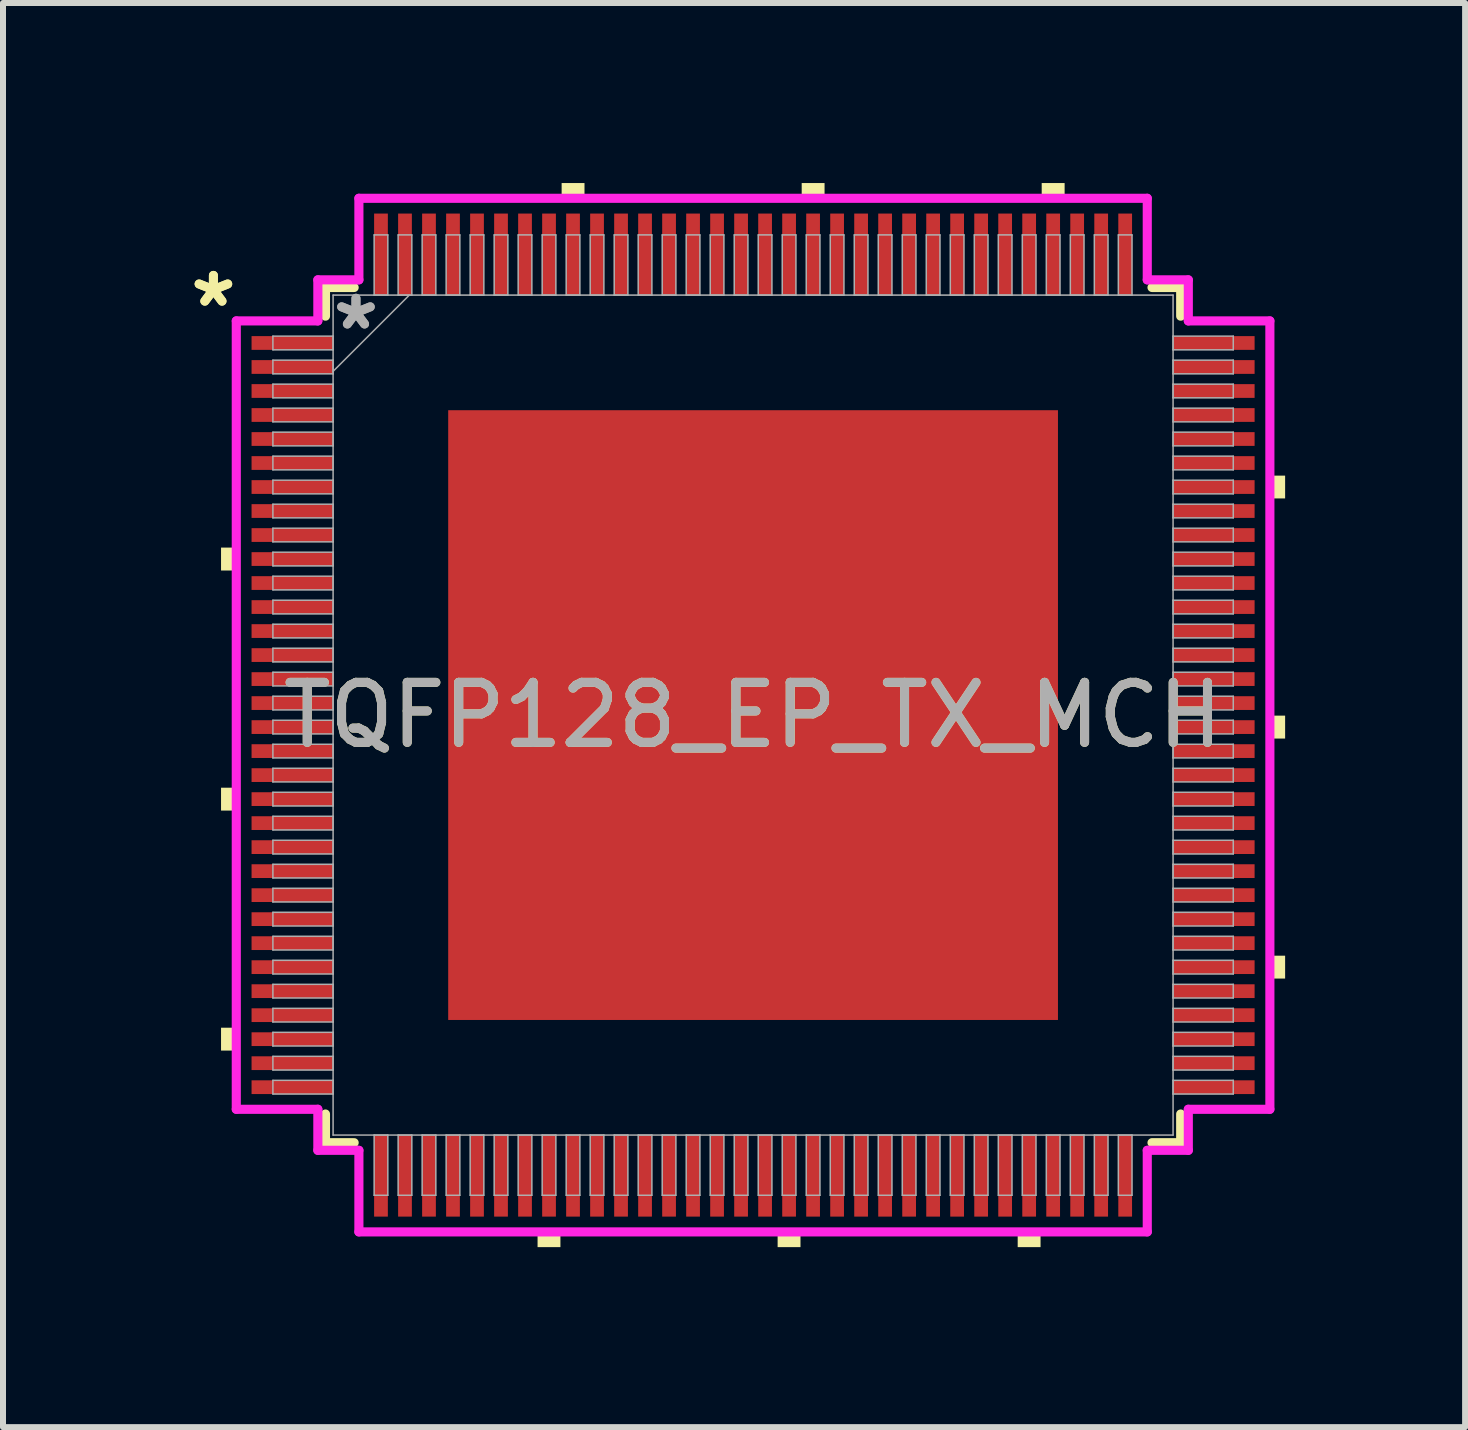
<source format=kicad_pcb>
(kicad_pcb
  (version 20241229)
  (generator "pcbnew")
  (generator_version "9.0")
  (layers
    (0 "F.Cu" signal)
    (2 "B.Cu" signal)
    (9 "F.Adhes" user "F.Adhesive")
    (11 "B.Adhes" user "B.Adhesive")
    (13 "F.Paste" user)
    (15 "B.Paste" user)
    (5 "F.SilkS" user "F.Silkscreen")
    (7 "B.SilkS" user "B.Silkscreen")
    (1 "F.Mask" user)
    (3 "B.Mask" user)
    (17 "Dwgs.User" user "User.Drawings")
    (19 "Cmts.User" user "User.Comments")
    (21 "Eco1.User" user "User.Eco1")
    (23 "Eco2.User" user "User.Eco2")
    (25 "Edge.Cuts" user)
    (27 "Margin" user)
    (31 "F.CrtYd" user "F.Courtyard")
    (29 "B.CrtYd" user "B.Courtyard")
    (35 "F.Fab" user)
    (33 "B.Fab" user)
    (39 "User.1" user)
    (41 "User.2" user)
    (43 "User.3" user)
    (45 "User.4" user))
  (footprint "TQFP128_EP_TX_MCH"
    (layer "F.Cu")
    (at 9.498 8.865)
    (property "Reference" "TQFP128_EP_TX_MCH" (at 0 0 0) (unlocked yes) (layer "F.SilkS") (effects (font (size 1 1) (thickness 0.15))))
    (attr smd)
    (fp_line (start -7.125 -7.125) (end -7.125 -6.647) (stroke (width 0.152) (type solid)) (layer "F.SilkS"))
    (fp_line (start -7.125 6.647) (end -7.125 7.125) (stroke (width 0.152) (type solid)) (layer "F.SilkS"))
    (fp_line (start -7.125 7.125) (end -6.647 7.125) (stroke (width 0.152) (type solid)) (layer "F.SilkS"))
    (fp_line (start -6.647 -7.125) (end -7.125 -7.125) (stroke (width 0.152) (type solid)) (layer "F.SilkS"))
    (fp_line (start 6.647 7.125) (end 7.125 7.125) (stroke (width 0.152) (type solid)) (layer "F.SilkS"))
    (fp_line (start 7.125 -7.125) (end 6.647 -7.125) (stroke (width 0.152) (type solid)) (layer "F.SilkS"))
    (fp_line (start 7.125 -6.647) (end 7.125 -7.125) (stroke (width 0.152) (type solid)) (layer "F.SilkS"))
    (fp_line (start 7.125 7.125) (end 7.125 6.647) (stroke (width 0.152) (type solid)) (layer "F.SilkS"))
    (fp_poly (pts (xy -8.865 -2.791) (xy -8.865 -2.409) (xy -8.611 -2.409) (xy -8.611 -2.791)) (stroke (width 0) (type solid)) (fill yes) (layer "F.SilkS"))
    (fp_poly (pts (xy -8.865 1.21) (xy -8.865 1.591) (xy -8.611 1.591) (xy -8.611 1.21)) (stroke (width 0) (type solid)) (fill yes) (layer "F.SilkS"))
    (fp_poly (pts (xy -8.865 5.209) (xy -8.865 5.59) (xy -8.611 5.59) (xy -8.611 5.209)) (stroke (width 0) (type solid)) (fill yes) (layer "F.SilkS"))
    (fp_poly (pts (xy -3.591 8.611) (xy -3.591 8.865) (xy -3.21 8.865) (xy -3.21 8.611)) (stroke (width 0) (type solid)) (fill yes) (layer "F.SilkS"))
    (fp_poly (pts (xy -3.19 -8.611) (xy -3.19 -8.865) (xy -2.809 -8.865) (xy -2.809 -8.611)) (stroke (width 0) (type solid)) (fill yes) (layer "F.SilkS"))
    (fp_poly (pts (xy 0.409 8.611) (xy 0.409 8.865) (xy 0.79 8.865) (xy 0.79 8.611)) (stroke (width 0) (type solid)) (fill yes) (layer "F.SilkS"))
    (fp_poly (pts (xy 0.81 -8.611) (xy 0.81 -8.865) (xy 1.191 -8.865) (xy 1.191 -8.611)) (stroke (width 0) (type solid)) (fill yes) (layer "F.SilkS"))
    (fp_poly (pts (xy 4.409 8.611) (xy 4.409 8.865) (xy 4.79 8.865) (xy 4.79 8.611)) (stroke (width 0) (type solid)) (fill yes) (layer "F.SilkS"))
    (fp_poly (pts (xy 4.809 -8.611) (xy 4.809 -8.865) (xy 5.191 -8.865) (xy 5.191 -8.611)) (stroke (width 0) (type solid)) (fill yes) (layer "F.SilkS"))
    (fp_poly (pts (xy 8.865 -3.99) (xy 8.865 -3.61) (xy 8.611 -3.61) (xy 8.611 -3.99)) (stroke (width 0) (type solid)) (fill yes) (layer "F.SilkS"))
    (fp_poly (pts (xy 8.865 0.009) (xy 8.865 0.391) (xy 8.611 0.391) (xy 8.611 0.009)) (stroke (width 0) (type solid)) (fill yes) (layer "F.SilkS"))
    (fp_poly (pts (xy 8.865 4.009) (xy 8.865 4.39) (xy 8.611 4.39) (xy 8.611 4.009)) (stroke (width 0) (type solid)) (fill yes) (layer "F.SilkS"))
    (fp_poly (pts (xy -4.98 -4.98) (xy -4.98 -3.91) (xy -3.91 -3.91) (xy -3.91 -4.98)) (stroke (width 0) (type solid)) (fill yes) (layer "F.Paste"))
    (fp_poly (pts (xy -4.98 -3.71) (xy -4.98 -2.64) (xy -3.91 -2.64) (xy -3.91 -3.71)) (stroke (width 0) (type solid)) (fill yes) (layer "F.Paste"))
    (fp_poly (pts (xy -4.98 -2.44) (xy -4.98 -1.37) (xy -3.91 -1.37) (xy -3.91 -2.44)) (stroke (width 0) (type solid)) (fill yes) (layer "F.Paste"))
    (fp_poly (pts (xy -4.98 -1.17) (xy -4.98 -0.1) (xy -3.91 -0.1) (xy -3.91 -1.17)) (stroke (width 0) (type solid)) (fill yes) (layer "F.Paste"))
    (fp_poly (pts (xy -4.98 0.1) (xy -4.98 1.17) (xy -3.91 1.17) (xy -3.91 0.1)) (stroke (width 0) (type solid)) (fill yes) (layer "F.Paste"))
    (fp_poly (pts (xy -4.98 1.37) (xy -4.98 2.44) (xy -3.91 2.44) (xy -3.91 1.37)) (stroke (width 0) (type solid)) (fill yes) (layer "F.Paste"))
    (fp_poly (pts (xy -4.98 2.64) (xy -4.98 3.71) (xy -3.91 3.71) (xy -3.91 2.64)) (stroke (width 0) (type solid)) (fill yes) (layer "F.Paste"))
    (fp_poly (pts (xy -4.98 3.91) (xy -4.98 4.98) (xy -3.91 4.98) (xy -3.91 3.91)) (stroke (width 0) (type solid)) (fill yes) (layer "F.Paste"))
    (fp_poly (pts (xy -3.71 -4.98) (xy -3.71 -3.91) (xy -2.64 -3.91) (xy -2.64 -4.98)) (stroke (width 0) (type solid)) (fill yes) (layer "F.Paste"))
    (fp_poly (pts (xy -3.71 -3.71) (xy -3.71 -2.64) (xy -2.64 -2.64) (xy -2.64 -3.71)) (stroke (width 0) (type solid)) (fill yes) (layer "F.Paste"))
    (fp_poly (pts (xy -3.71 -2.44) (xy -3.71 -1.37) (xy -2.64 -1.37) (xy -2.64 -2.44)) (stroke (width 0) (type solid)) (fill yes) (layer "F.Paste"))
    (fp_poly (pts (xy -3.71 -1.17) (xy -3.71 -0.1) (xy -2.64 -0.1) (xy -2.64 -1.17)) (stroke (width 0) (type solid)) (fill yes) (layer "F.Paste"))
    (fp_poly (pts (xy -3.71 0.1) (xy -3.71 1.17) (xy -2.64 1.17) (xy -2.64 0.1)) (stroke (width 0) (type solid)) (fill yes) (layer "F.Paste"))
    (fp_poly (pts (xy -3.71 1.37) (xy -3.71 2.44) (xy -2.64 2.44) (xy -2.64 1.37)) (stroke (width 0) (type solid)) (fill yes) (layer "F.Paste"))
    (fp_poly (pts (xy -3.71 2.64) (xy -3.71 3.71) (xy -2.64 3.71) (xy -2.64 2.64)) (stroke (width 0) (type solid)) (fill yes) (layer "F.Paste"))
    (fp_poly (pts (xy -3.71 3.91) (xy -3.71 4.98) (xy -2.64 4.98) (xy -2.64 3.91)) (stroke (width 0) (type solid)) (fill yes) (layer "F.Paste"))
    (fp_poly (pts (xy -2.44 -4.98) (xy -2.44 -3.91) (xy -1.37 -3.91) (xy -1.37 -4.98)) (stroke (width 0) (type solid)) (fill yes) (layer "F.Paste"))
    (fp_poly (pts (xy -2.44 -3.71) (xy -2.44 -2.64) (xy -1.37 -2.64) (xy -1.37 -3.71)) (stroke (width 0) (type solid)) (fill yes) (layer "F.Paste"))
    (fp_poly (pts (xy -2.44 -2.44) (xy -2.44 -1.37) (xy -1.37 -1.37) (xy -1.37 -2.44)) (stroke (width 0) (type solid)) (fill yes) (layer "F.Paste"))
    (fp_poly (pts (xy -2.44 -1.17) (xy -2.44 -0.1) (xy -1.37 -0.1) (xy -1.37 -1.17)) (stroke (width 0) (type solid)) (fill yes) (layer "F.Paste"))
    (fp_poly (pts (xy -2.44 0.1) (xy -2.44 1.17) (xy -1.37 1.17) (xy -1.37 0.1)) (stroke (width 0) (type solid)) (fill yes) (layer "F.Paste"))
    (fp_poly (pts (xy -2.44 1.37) (xy -2.44 2.44) (xy -1.37 2.44) (xy -1.37 1.37)) (stroke (width 0) (type solid)) (fill yes) (layer "F.Paste"))
    (fp_poly (pts (xy -2.44 2.64) (xy -2.44 3.71) (xy -1.37 3.71) (xy -1.37 2.64)) (stroke (width 0) (type solid)) (fill yes) (layer "F.Paste"))
    (fp_poly (pts (xy -2.44 3.91) (xy -2.44 4.98) (xy -1.37 4.98) (xy -1.37 3.91)) (stroke (width 0) (type solid)) (fill yes) (layer "F.Paste"))
    (fp_poly (pts (xy -1.17 -4.98) (xy -1.17 -3.91) (xy -0.1 -3.91) (xy -0.1 -4.98)) (stroke (width 0) (type solid)) (fill yes) (layer "F.Paste"))
    (fp_poly (pts (xy -1.17 -3.71) (xy -1.17 -2.64) (xy -0.1 -2.64) (xy -0.1 -3.71)) (stroke (width 0) (type solid)) (fill yes) (layer "F.Paste"))
    (fp_poly (pts (xy -1.17 -2.44) (xy -1.17 -1.37) (xy -0.1 -1.37) (xy -0.1 -2.44)) (stroke (width 0) (type solid)) (fill yes) (layer "F.Paste"))
    (fp_poly (pts (xy -1.17 -1.17) (xy -1.17 -0.1) (xy -0.1 -0.1) (xy -0.1 -1.17)) (stroke (width 0) (type solid)) (fill yes) (layer "F.Paste"))
    (fp_poly (pts (xy -1.17 0.1) (xy -1.17 1.17) (xy -0.1 1.17) (xy -0.1 0.1)) (stroke (width 0) (type solid)) (fill yes) (layer "F.Paste"))
    (fp_poly (pts (xy -1.17 1.37) (xy -1.17 2.44) (xy -0.1 2.44) (xy -0.1 1.37)) (stroke (width 0) (type solid)) (fill yes) (layer "F.Paste"))
    (fp_poly (pts (xy -1.17 2.64) (xy -1.17 3.71) (xy -0.1 3.71) (xy -0.1 2.64)) (stroke (width 0) (type solid)) (fill yes) (layer "F.Paste"))
    (fp_poly (pts (xy -1.17 3.91) (xy -1.17 4.98) (xy -0.1 4.98) (xy -0.1 3.91)) (stroke (width 0) (type solid)) (fill yes) (layer "F.Paste"))
    (fp_poly (pts (xy 0.1 -4.98) (xy 0.1 -3.91) (xy 1.17 -3.91) (xy 1.17 -4.98)) (stroke (width 0) (type solid)) (fill yes) (layer "F.Paste"))
    (fp_poly (pts (xy 0.1 -3.71) (xy 0.1 -2.64) (xy 1.17 -2.64) (xy 1.17 -3.71)) (stroke (width 0) (type solid)) (fill yes) (layer "F.Paste"))
    (fp_poly (pts (xy 0.1 -2.44) (xy 0.1 -1.37) (xy 1.17 -1.37) (xy 1.17 -2.44)) (stroke (width 0) (type solid)) (fill yes) (layer "F.Paste"))
    (fp_poly (pts (xy 0.1 -1.17) (xy 0.1 -0.1) (xy 1.17 -0.1) (xy 1.17 -1.17)) (stroke (width 0) (type solid)) (fill yes) (layer "F.Paste"))
    (fp_poly (pts (xy 0.1 0.1) (xy 0.1 1.17) (xy 1.17 1.17) (xy 1.17 0.1)) (stroke (width 0) (type solid)) (fill yes) (layer "F.Paste"))
    (fp_poly (pts (xy 0.1 1.37) (xy 0.1 2.44) (xy 1.17 2.44) (xy 1.17 1.37)) (stroke (width 0) (type solid)) (fill yes) (layer "F.Paste"))
    (fp_poly (pts (xy 0.1 2.64) (xy 0.1 3.71) (xy 1.17 3.71) (xy 1.17 2.64)) (stroke (width 0) (type solid)) (fill yes) (layer "F.Paste"))
    (fp_poly (pts (xy 0.1 3.91) (xy 0.1 4.98) (xy 1.17 4.98) (xy 1.17 3.91)) (stroke (width 0) (type solid)) (fill yes) (layer "F.Paste"))
    (fp_poly (pts (xy 1.37 -4.98) (xy 1.37 -3.91) (xy 2.44 -3.91) (xy 2.44 -4.98)) (stroke (width 0) (type solid)) (fill yes) (layer "F.Paste"))
    (fp_poly (pts (xy 1.37 -3.71) (xy 1.37 -2.64) (xy 2.44 -2.64) (xy 2.44 -3.71)) (stroke (width 0) (type solid)) (fill yes) (layer "F.Paste"))
    (fp_poly (pts (xy 1.37 -2.44) (xy 1.37 -1.37) (xy 2.44 -1.37) (xy 2.44 -2.44)) (stroke (width 0) (type solid)) (fill yes) (layer "F.Paste"))
    (fp_poly (pts (xy 1.37 -1.17) (xy 1.37 -0.1) (xy 2.44 -0.1) (xy 2.44 -1.17)) (stroke (width 0) (type solid)) (fill yes) (layer "F.Paste"))
    (fp_poly (pts (xy 1.37 0.1) (xy 1.37 1.17) (xy 2.44 1.17) (xy 2.44 0.1)) (stroke (width 0) (type solid)) (fill yes) (layer "F.Paste"))
    (fp_poly (pts (xy 1.37 1.37) (xy 1.37 2.44) (xy 2.44 2.44) (xy 2.44 1.37)) (stroke (width 0) (type solid)) (fill yes) (layer "F.Paste"))
    (fp_poly (pts (xy 1.37 2.64) (xy 1.37 3.71) (xy 2.44 3.71) (xy 2.44 2.64)) (stroke (width 0) (type solid)) (fill yes) (layer "F.Paste"))
    (fp_poly (pts (xy 1.37 3.91) (xy 1.37 4.98) (xy 2.44 4.98) (xy 2.44 3.91)) (stroke (width 0) (type solid)) (fill yes) (layer "F.Paste"))
    (fp_poly (pts (xy 2.64 -4.98) (xy 2.64 -3.91) (xy 3.71 -3.91) (xy 3.71 -4.98)) (stroke (width 0) (type solid)) (fill yes) (layer "F.Paste"))
    (fp_poly (pts (xy 2.64 -3.71) (xy 2.64 -2.64) (xy 3.71 -2.64) (xy 3.71 -3.71)) (stroke (width 0) (type solid)) (fill yes) (layer "F.Paste"))
    (fp_poly (pts (xy 2.64 -2.44) (xy 2.64 -1.37) (xy 3.71 -1.37) (xy 3.71 -2.44)) (stroke (width 0) (type solid)) (fill yes) (layer "F.Paste"))
    (fp_poly (pts (xy 2.64 -1.17) (xy 2.64 -0.1) (xy 3.71 -0.1) (xy 3.71 -1.17)) (stroke (width 0) (type solid)) (fill yes) (layer "F.Paste"))
    (fp_poly (pts (xy 2.64 0.1) (xy 2.64 1.17) (xy 3.71 1.17) (xy 3.71 0.1)) (stroke (width 0) (type solid)) (fill yes) (layer "F.Paste"))
    (fp_poly (pts (xy 2.64 1.37) (xy 2.64 2.44) (xy 3.71 2.44) (xy 3.71 1.37)) (stroke (width 0) (type solid)) (fill yes) (layer "F.Paste"))
    (fp_poly (pts (xy 2.64 2.64) (xy 2.64 3.71) (xy 3.71 3.71) (xy 3.71 2.64)) (stroke (width 0) (type solid)) (fill yes) (layer "F.Paste"))
    (fp_poly (pts (xy 2.64 3.91) (xy 2.64 4.98) (xy 3.71 4.98) (xy 3.71 3.91)) (stroke (width 0) (type solid)) (fill yes) (layer "F.Paste"))
    (fp_poly (pts (xy 3.91 -4.98) (xy 3.91 -3.91) (xy 4.98 -3.91) (xy 4.98 -4.98)) (stroke (width 0) (type solid)) (fill yes) (layer "F.Paste"))
    (fp_poly (pts (xy 3.91 -3.71) (xy 3.91 -2.64) (xy 4.98 -2.64) (xy 4.98 -3.71)) (stroke (width 0) (type solid)) (fill yes) (layer "F.Paste"))
    (fp_poly (pts (xy 3.91 -2.44) (xy 3.91 -1.37) (xy 4.98 -1.37) (xy 4.98 -2.44)) (stroke (width 0) (type solid)) (fill yes) (layer "F.Paste"))
    (fp_poly (pts (xy 3.91 -1.17) (xy 3.91 -0.1) (xy 4.98 -0.1) (xy 4.98 -1.17)) (stroke (width 0) (type solid)) (fill yes) (layer "F.Paste"))
    (fp_poly (pts (xy 3.91 0.1) (xy 3.91 1.17) (xy 4.98 1.17) (xy 4.98 0.1)) (stroke (width 0) (type solid)) (fill yes) (layer "F.Paste"))
    (fp_poly (pts (xy 3.91 1.37) (xy 3.91 2.44) (xy 4.98 2.44) (xy 4.98 1.37)) (stroke (width 0) (type solid)) (fill yes) (layer "F.Paste"))
    (fp_poly (pts (xy 3.91 2.64) (xy 3.91 3.71) (xy 4.98 3.71) (xy 4.98 2.64)) (stroke (width 0) (type solid)) (fill yes) (layer "F.Paste"))
    (fp_poly (pts (xy 3.91 3.91) (xy 3.91 4.98) (xy 4.98 4.98) (xy 4.98 3.91)) (stroke (width 0) (type solid)) (fill yes) (layer "F.Paste"))
    (fp_line (start -8.611 -6.568) (end -7.252 -6.568) (stroke (width 0.152) (type solid)) (layer "F.CrtYd"))
    (fp_line (start -8.611 6.568) (end -8.611 -6.568) (stroke (width 0.152) (type solid)) (layer "F.CrtYd"))
    (fp_line (start -7.252 -7.252) (end -6.568 -7.252) (stroke (width 0.152) (type solid)) (layer "F.CrtYd"))
    (fp_line (start -7.252 -6.568) (end -7.252 -7.252) (stroke (width 0.152) (type solid)) (layer "F.CrtYd"))
    (fp_line (start -7.252 6.568) (end -8.611 6.568) (stroke (width 0.152) (type solid)) (layer "F.CrtYd"))
    (fp_line (start -7.252 7.252) (end -7.252 6.568) (stroke (width 0.152) (type solid)) (layer "F.CrtYd"))
    (fp_line (start -7.252 7.252) (end -6.568 7.252) (stroke (width 0.152) (type solid)) (layer "F.CrtYd"))
    (fp_line (start -6.568 -8.611) (end 6.568 -8.611) (stroke (width 0.152) (type solid)) (layer "F.CrtYd"))
    (fp_line (start -6.568 -7.252) (end -6.568 -8.611) (stroke (width 0.152) (type solid)) (layer "F.CrtYd"))
    (fp_line (start -6.568 7.252) (end -6.568 8.611) (stroke (width 0.152) (type solid)) (layer "F.CrtYd"))
    (fp_line (start -6.568 8.611) (end 6.568 8.611) (stroke (width 0.152) (type solid)) (layer "F.CrtYd"))
    (fp_line (start 6.568 -8.611) (end 6.568 -7.252) (stroke (width 0.152) (type solid)) (layer "F.CrtYd"))
    (fp_line (start 6.568 -7.252) (end 7.252 -7.252) (stroke (width 0.152) (type solid)) (layer "F.CrtYd"))
    (fp_line (start 6.568 7.252) (end 7.252 7.252) (stroke (width 0.152) (type solid)) (layer "F.CrtYd"))
    (fp_line (start 6.568 8.611) (end 6.568 7.252) (stroke (width 0.152) (type solid)) (layer "F.CrtYd"))
    (fp_line (start 7.252 -6.568) (end 7.252 -7.252) (stroke (width 0.152) (type solid)) (layer "F.CrtYd"))
    (fp_line (start 7.252 6.568) (end 8.611 6.568) (stroke (width 0.152) (type solid)) (layer "F.CrtYd"))
    (fp_line (start 7.252 7.252) (end 7.252 6.568) (stroke (width 0.152) (type solid)) (layer "F.CrtYd"))
    (fp_line (start 8.611 -6.568) (end 7.252 -6.568) (stroke (width 0.152) (type solid)) (layer "F.CrtYd"))
    (fp_line (start 8.611 6.568) (end 8.611 -6.568) (stroke (width 0.152) (type solid)) (layer "F.CrtYd"))
    (fp_line (start -8.001 -6.314) (end -8.001 -6.086) (stroke (width 0.025) (type solid)) (layer "F.Fab"))
    (fp_line (start -8.001 -6.086) (end -6.998 -6.086) (stroke (width 0.025) (type solid)) (layer "F.Fab"))
    (fp_line (start -8.001 -5.914) (end -8.001 -5.686) (stroke (width 0.025) (type solid)) (layer "F.Fab"))
    (fp_line (start -8.001 -5.686) (end -6.998 -5.686) (stroke (width 0.025) (type solid)) (layer "F.Fab"))
    (fp_line (start -8.001 -5.514) (end -8.001 -5.286) (stroke (width 0.025) (type solid)) (layer "F.Fab"))
    (fp_line (start -8.001 -5.286) (end -6.998 -5.286) (stroke (width 0.025) (type solid)) (layer "F.Fab"))
    (fp_line (start -8.001 -5.114) (end -8.001 -4.886) (stroke (width 0.025) (type solid)) (layer "F.Fab"))
    (fp_line (start -8.001 -4.886) (end -6.998 -4.886) (stroke (width 0.025) (type solid)) (layer "F.Fab"))
    (fp_line (start -8.001 -4.714) (end -8.001 -4.486) (stroke (width 0.025) (type solid)) (layer "F.Fab"))
    (fp_line (start -8.001 -4.486) (end -6.998 -4.486) (stroke (width 0.025) (type solid)) (layer "F.Fab"))
    (fp_line (start -8.001 -4.314) (end -8.001 -4.086) (stroke (width 0.025) (type solid)) (layer "F.Fab"))
    (fp_line (start -8.001 -4.086) (end -6.998 -4.086) (stroke (width 0.025) (type solid)) (layer "F.Fab"))
    (fp_line (start -8.001 -3.914) (end -8.001 -3.686) (stroke (width 0.025) (type solid)) (layer "F.Fab"))
    (fp_line (start -8.001 -3.686) (end -6.998 -3.686) (stroke (width 0.025) (type solid)) (layer "F.Fab"))
    (fp_line (start -8.001 -3.514) (end -8.001 -3.286) (stroke (width 0.025) (type solid)) (layer "F.Fab"))
    (fp_line (start -8.001 -3.286) (end -6.998 -3.286) (stroke (width 0.025) (type solid)) (layer "F.Fab"))
    (fp_line (start -8.001 -3.114) (end -8.001 -2.886) (stroke (width 0.025) (type solid)) (layer "F.Fab"))
    (fp_line (start -8.001 -2.886) (end -6.998 -2.886) (stroke (width 0.025) (type solid)) (layer "F.Fab"))
    (fp_line (start -8.001 -2.714) (end -8.001 -2.486) (stroke (width 0.025) (type solid)) (layer "F.Fab"))
    (fp_line (start -8.001 -2.486) (end -6.998 -2.486) (stroke (width 0.025) (type solid)) (layer "F.Fab"))
    (fp_line (start -8.001 -2.314) (end -8.001 -2.086) (stroke (width 0.025) (type solid)) (layer "F.Fab"))
    (fp_line (start -8.001 -2.086) (end -6.998 -2.086) (stroke (width 0.025) (type solid)) (layer "F.Fab"))
    (fp_line (start -8.001 -1.914) (end -8.001 -1.686) (stroke (width 0.025) (type solid)) (layer "F.Fab"))
    (fp_line (start -8.001 -1.686) (end -6.998 -1.686) (stroke (width 0.025) (type solid)) (layer "F.Fab"))
    (fp_line (start -8.001 -1.514) (end -8.001 -1.286) (stroke (width 0.025) (type solid)) (layer "F.Fab"))
    (fp_line (start -8.001 -1.286) (end -6.998 -1.286) (stroke (width 0.025) (type solid)) (layer "F.Fab"))
    (fp_line (start -8.001 -1.114) (end -8.001 -0.886) (stroke (width 0.025) (type solid)) (layer "F.Fab"))
    (fp_line (start -8.001 -0.886) (end -6.998 -0.886) (stroke (width 0.025) (type solid)) (layer "F.Fab"))
    (fp_line (start -8.001 -0.714) (end -8.001 -0.486) (stroke (width 0.025) (type solid)) (layer "F.Fab"))
    (fp_line (start -8.001 -0.486) (end -6.998 -0.486) (stroke (width 0.025) (type solid)) (layer "F.Fab"))
    (fp_line (start -8.001 -0.314) (end -8.001 -0.086) (stroke (width 0.025) (type solid)) (layer "F.Fab"))
    (fp_line (start -8.001 -0.086) (end -6.998 -0.086) (stroke (width 0.025) (type solid)) (layer "F.Fab"))
    (fp_line (start -8.001 0.086) (end -8.001 0.314) (stroke (width 0.025) (type solid)) (layer "F.Fab"))
    (fp_line (start -8.001 0.314) (end -6.998 0.314) (stroke (width 0.025) (type solid)) (layer "F.Fab"))
    (fp_line (start -8.001 0.486) (end -8.001 0.714) (stroke (width 0.025) (type solid)) (layer "F.Fab"))
    (fp_line (start -8.001 0.714) (end -6.998 0.714) (stroke (width 0.025) (type solid)) (layer "F.Fab"))
    (fp_line (start -8.001 0.886) (end -8.001 1.114) (stroke (width 0.025) (type solid)) (layer "F.Fab"))
    (fp_line (start -8.001 1.114) (end -6.998 1.114) (stroke (width 0.025) (type solid)) (layer "F.Fab"))
    (fp_line (start -8.001 1.286) (end -8.001 1.514) (stroke (width 0.025) (type solid)) (layer "F.Fab"))
    (fp_line (start -8.001 1.514) (end -6.998 1.514) (stroke (width 0.025) (type solid)) (layer "F.Fab"))
    (fp_line (start -8.001 1.686) (end -8.001 1.914) (stroke (width 0.025) (type solid)) (layer "F.Fab"))
    (fp_line (start -8.001 1.914) (end -6.998 1.914) (stroke (width 0.025) (type solid)) (layer "F.Fab"))
    (fp_line (start -8.001 2.086) (end -8.001 2.314) (stroke (width 0.025) (type solid)) (layer "F.Fab"))
    (fp_line (start -8.001 2.314) (end -6.998 2.314) (stroke (width 0.025) (type solid)) (layer "F.Fab"))
    (fp_line (start -8.001 2.486) (end -8.001 2.714) (stroke (width 0.025) (type solid)) (layer "F.Fab"))
    (fp_line (start -8.001 2.714) (end -6.998 2.714) (stroke (width 0.025) (type solid)) (layer "F.Fab"))
    (fp_line (start -8.001 2.886) (end -8.001 3.114) (stroke (width 0.025) (type solid)) (layer "F.Fab"))
    (fp_line (start -8.001 3.114) (end -6.998 3.114) (stroke (width 0.025) (type solid)) (layer "F.Fab"))
    (fp_line (start -8.001 3.286) (end -8.001 3.514) (stroke (width 0.025) (type solid)) (layer "F.Fab"))
    (fp_line (start -8.001 3.514) (end -6.998 3.514) (stroke (width 0.025) (type solid)) (layer "F.Fab"))
    (fp_line (start -8.001 3.686) (end -8.001 3.914) (stroke (width 0.025) (type solid)) (layer "F.Fab"))
    (fp_line (start -8.001 3.914) (end -6.998 3.914) (stroke (width 0.025) (type solid)) (layer "F.Fab"))
    (fp_line (start -8.001 4.086) (end -8.001 4.314) (stroke (width 0.025) (type solid)) (layer "F.Fab"))
    (fp_line (start -8.001 4.314) (end -6.998 4.314) (stroke (width 0.025) (type solid)) (layer "F.Fab"))
    (fp_line (start -8.001 4.486) (end -8.001 4.714) (stroke (width 0.025) (type solid)) (layer "F.Fab"))
    (fp_line (start -8.001 4.714) (end -6.998 4.714) (stroke (width 0.025) (type solid)) (layer "F.Fab"))
    (fp_line (start -8.001 4.886) (end -8.001 5.114) (stroke (width 0.025) (type solid)) (layer "F.Fab"))
    (fp_line (start -8.001 5.114) (end -6.998 5.114) (stroke (width 0.025) (type solid)) (layer "F.Fab"))
    (fp_line (start -8.001 5.286) (end -8.001 5.514) (stroke (width 0.025) (type solid)) (layer "F.Fab"))
    (fp_line (start -8.001 5.514) (end -6.998 5.514) (stroke (width 0.025) (type solid)) (layer "F.Fab"))
    (fp_line (start -8.001 5.686) (end -8.001 5.914) (stroke (width 0.025) (type solid)) (layer "F.Fab"))
    (fp_line (start -8.001 5.914) (end -6.998 5.914) (stroke (width 0.025) (type solid)) (layer "F.Fab"))
    (fp_line (start -8.001 6.086) (end -8.001 6.314) (stroke (width 0.025) (type solid)) (layer "F.Fab"))
    (fp_line (start -8.001 6.314) (end -6.998 6.314) (stroke (width 0.025) (type solid)) (layer "F.Fab"))
    (fp_line (start -6.998 -6.998) (end -6.998 6.998) (stroke (width 0.025) (type solid)) (layer "F.Fab"))
    (fp_line (start -6.998 -6.314) (end -8.001 -6.314) (stroke (width 0.025) (type solid)) (layer "F.Fab"))
    (fp_line (start -6.998 -6.086) (end -6.998 -6.314) (stroke (width 0.025) (type solid)) (layer "F.Fab"))
    (fp_line (start -6.998 -5.914) (end -8.001 -5.914) (stroke (width 0.025) (type solid)) (layer "F.Fab"))
    (fp_line (start -6.998 -5.728) (end -5.728 -6.998) (stroke (width 0.025) (type solid)) (layer "F.Fab"))
    (fp_line (start -6.998 -5.686) (end -6.998 -5.914) (stroke (width 0.025) (type solid)) (layer "F.Fab"))
    (fp_line (start -6.998 -5.514) (end -8.001 -5.514) (stroke (width 0.025) (type solid)) (layer "F.Fab"))
    (fp_line (start -6.998 -5.286) (end -6.998 -5.514) (stroke (width 0.025) (type solid)) (layer "F.Fab"))
    (fp_line (start -6.998 -5.114) (end -8.001 -5.114) (stroke (width 0.025) (type solid)) (layer "F.Fab"))
    (fp_line (start -6.998 -4.886) (end -6.998 -5.114) (stroke (width 0.025) (type solid)) (layer "F.Fab"))
    (fp_line (start -6.998 -4.714) (end -8.001 -4.714) (stroke (width 0.025) (type solid)) (layer "F.Fab"))
    (fp_line (start -6.998 -4.486) (end -6.998 -4.714) (stroke (width 0.025) (type solid)) (layer "F.Fab"))
    (fp_line (start -6.998 -4.314) (end -8.001 -4.314) (stroke (width 0.025) (type solid)) (layer "F.Fab"))
    (fp_line (start -6.998 -4.086) (end -6.998 -4.314) (stroke (width 0.025) (type solid)) (layer "F.Fab"))
    (fp_line (start -6.998 -3.914) (end -8.001 -3.914) (stroke (width 0.025) (type solid)) (layer "F.Fab"))
    (fp_line (start -6.998 -3.686) (end -6.998 -3.914) (stroke (width 0.025) (type solid)) (layer "F.Fab"))
    (fp_line (start -6.998 -3.514) (end -8.001 -3.514) (stroke (width 0.025) (type solid)) (layer "F.Fab"))
    (fp_line (start -6.998 -3.286) (end -6.998 -3.514) (stroke (width 0.025) (type solid)) (layer "F.Fab"))
    (fp_line (start -6.998 -3.114) (end -8.001 -3.114) (stroke (width 0.025) (type solid)) (layer "F.Fab"))
    (fp_line (start -6.998 -2.886) (end -6.998 -3.114) (stroke (width 0.025) (type solid)) (layer "F.Fab"))
    (fp_line (start -6.998 -2.714) (end -8.001 -2.714) (stroke (width 0.025) (type solid)) (layer "F.Fab"))
    (fp_line (start -6.998 -2.486) (end -6.998 -2.714) (stroke (width 0.025) (type solid)) (layer "F.Fab"))
    (fp_line (start -6.998 -2.314) (end -8.001 -2.314) (stroke (width 0.025) (type solid)) (layer "F.Fab"))
    (fp_line (start -6.998 -2.086) (end -6.998 -2.314) (stroke (width 0.025) (type solid)) (layer "F.Fab"))
    (fp_line (start -6.998 -1.914) (end -8.001 -1.914) (stroke (width 0.025) (type solid)) (layer "F.Fab"))
    (fp_line (start -6.998 -1.686) (end -6.998 -1.914) (stroke (width 0.025) (type solid)) (layer "F.Fab"))
    (fp_line (start -6.998 -1.514) (end -8.001 -1.514) (stroke (width 0.025) (type solid)) (layer "F.Fab"))
    (fp_line (start -6.998 -1.286) (end -6.998 -1.514) (stroke (width 0.025) (type solid)) (layer "F.Fab"))
    (fp_line (start -6.998 -1.114) (end -8.001 -1.114) (stroke (width 0.025) (type solid)) (layer "F.Fab"))
    (fp_line (start -6.998 -0.886) (end -6.998 -1.114) (stroke (width 0.025) (type solid)) (layer "F.Fab"))
    (fp_line (start -6.998 -0.714) (end -8.001 -0.714) (stroke (width 0.025) (type solid)) (layer "F.Fab"))
    (fp_line (start -6.998 -0.486) (end -6.998 -0.714) (stroke (width 0.025) (type solid)) (layer "F.Fab"))
    (fp_line (start -6.998 -0.314) (end -8.001 -0.314) (stroke (width 0.025) (type solid)) (layer "F.Fab"))
    (fp_line (start -6.998 -0.086) (end -6.998 -0.314) (stroke (width 0.025) (type solid)) (layer "F.Fab"))
    (fp_line (start -6.998 0.086) (end -8.001 0.086) (stroke (width 0.025) (type solid)) (layer "F.Fab"))
    (fp_line (start -6.998 0.314) (end -6.998 0.086) (stroke (width 0.025) (type solid)) (layer "F.Fab"))
    (fp_line (start -6.998 0.486) (end -8.001 0.486) (stroke (width 0.025) (type solid)) (layer "F.Fab"))
    (fp_line (start -6.998 0.714) (end -6.998 0.486) (stroke (width 0.025) (type solid)) (layer "F.Fab"))
    (fp_line (start -6.998 0.886) (end -8.001 0.886) (stroke (width 0.025) (type solid)) (layer "F.Fab"))
    (fp_line (start -6.998 1.114) (end -6.998 0.886) (stroke (width 0.025) (type solid)) (layer "F.Fab"))
    (fp_line (start -6.998 1.286) (end -8.001 1.286) (stroke (width 0.025) (type solid)) (layer "F.Fab"))
    (fp_line (start -6.998 1.514) (end -6.998 1.286) (stroke (width 0.025) (type solid)) (layer "F.Fab"))
    (fp_line (start -6.998 1.686) (end -8.001 1.686) (stroke (width 0.025) (type solid)) (layer "F.Fab"))
    (fp_line (start -6.998 1.914) (end -6.998 1.686) (stroke (width 0.025) (type solid)) (layer "F.Fab"))
    (fp_line (start -6.998 2.086) (end -8.001 2.086) (stroke (width 0.025) (type solid)) (layer "F.Fab"))
    (fp_line (start -6.998 2.314) (end -6.998 2.086) (stroke (width 0.025) (type solid)) (layer "F.Fab"))
    (fp_line (start -6.998 2.486) (end -8.001 2.486) (stroke (width 0.025) (type solid)) (layer "F.Fab"))
    (fp_line (start -6.998 2.714) (end -6.998 2.486) (stroke (width 0.025) (type solid)) (layer "F.Fab"))
    (fp_line (start -6.998 2.886) (end -8.001 2.886) (stroke (width 0.025) (type solid)) (layer "F.Fab"))
    (fp_line (start -6.998 3.114) (end -6.998 2.886) (stroke (width 0.025) (type solid)) (layer "F.Fab"))
    (fp_line (start -6.998 3.286) (end -8.001 3.286) (stroke (width 0.025) (type solid)) (layer "F.Fab"))
    (fp_line (start -6.998 3.514) (end -6.998 3.286) (stroke (width 0.025) (type solid)) (layer "F.Fab"))
    (fp_line (start -6.998 3.686) (end -8.001 3.686) (stroke (width 0.025) (type solid)) (layer "F.Fab"))
    (fp_line (start -6.998 3.914) (end -6.998 3.686) (stroke (width 0.025) (type solid)) (layer "F.Fab"))
    (fp_line (start -6.998 4.086) (end -8.001 4.086) (stroke (width 0.025) (type solid)) (layer "F.Fab"))
    (fp_line (start -6.998 4.314) (end -6.998 4.086) (stroke (width 0.025) (type solid)) (layer "F.Fab"))
    (fp_line (start -6.998 4.486) (end -8.001 4.486) (stroke (width 0.025) (type solid)) (layer "F.Fab"))
    (fp_line (start -6.998 4.714) (end -6.998 4.486) (stroke (width 0.025) (type solid)) (layer "F.Fab"))
    (fp_line (start -6.998 4.886) (end -8.001 4.886) (stroke (width 0.025) (type solid)) (layer "F.Fab"))
    (fp_line (start -6.998 5.114) (end -6.998 4.886) (stroke (width 0.025) (type solid)) (layer "F.Fab"))
    (fp_line (start -6.998 5.286) (end -8.001 5.286) (stroke (width 0.025) (type solid)) (layer "F.Fab"))
    (fp_line (start -6.998 5.514) (end -6.998 5.286) (stroke (width 0.025) (type solid)) (layer "F.Fab"))
    (fp_line (start -6.998 5.686) (end -8.001 5.686) (stroke (width 0.025) (type solid)) (layer "F.Fab"))
    (fp_line (start -6.998 5.914) (end -6.998 5.686) (stroke (width 0.025) (type solid)) (layer "F.Fab"))
    (fp_line (start -6.998 6.086) (end -8.001 6.086) (stroke (width 0.025) (type solid)) (layer "F.Fab"))
    (fp_line (start -6.998 6.314) (end -6.998 6.086) (stroke (width 0.025) (type solid)) (layer "F.Fab"))
    (fp_line (start -6.998 6.998) (end 6.998 6.998) (stroke (width 0.025) (type solid)) (layer "F.Fab"))
    (fp_line (start -6.314 -8.001) (end -6.314 -6.998) (stroke (width 0.025) (type solid)) (layer "F.Fab"))
    (fp_line (start -6.314 -6.998) (end -6.086 -6.998) (stroke (width 0.025) (type solid)) (layer "F.Fab"))
    (fp_line (start -6.314 6.998) (end -6.314 8.001) (stroke (width 0.025) (type solid)) (layer "F.Fab"))
    (fp_line (start -6.314 8.001) (end -6.086 8.001) (stroke (width 0.025) (type solid)) (layer "F.Fab"))
    (fp_line (start -6.086 -8.001) (end -6.314 -8.001) (stroke (width 0.025) (type solid)) (layer "F.Fab"))
    (fp_line (start -6.086 -6.998) (end -6.086 -8.001) (stroke (width 0.025) (type solid)) (layer "F.Fab"))
    (fp_line (start -6.086 6.998) (end -6.314 6.998) (stroke (width 0.025) (type solid)) (layer "F.Fab"))
    (fp_line (start -6.086 8.001) (end -6.086 6.998) (stroke (width 0.025) (type solid)) (layer "F.Fab"))
    (fp_line (start -5.914 6.998) (end -5.914 8.001) (stroke (width 0.025) (type solid)) (layer "F.Fab"))
    (fp_line (start -5.914 8.001) (end -5.686 8.001) (stroke (width 0.025) (type solid)) (layer "F.Fab"))
    (fp_line (start -5.914 -8.001) (end -5.914 -6.998) (stroke (width 0.025) (type solid)) (layer "F.Fab"))
    (fp_line (start -5.914 -6.998) (end -5.686 -6.998) (stroke (width 0.025) (type solid)) (layer "F.Fab"))
    (fp_line (start -5.686 6.998) (end -5.914 6.998) (stroke (width 0.025) (type solid)) (layer "F.Fab"))
    (fp_line (start -5.686 8.001) (end -5.686 6.998) (stroke (width 0.025) (type solid)) (layer "F.Fab"))
    (fp_line (start -5.686 -8.001) (end -5.914 -8.001) (stroke (width 0.025) (type solid)) (layer "F.Fab"))
    (fp_line (start -5.686 -6.998) (end -5.686 -8.001) (stroke (width 0.025) (type solid)) (layer "F.Fab"))
    (fp_line (start -5.514 6.998) (end -5.514 8.001) (stroke (width 0.025) (type solid)) (layer "F.Fab"))
    (fp_line (start -5.514 8.001) (end -5.286 8.001) (stroke (width 0.025) (type solid)) (layer "F.Fab"))
    (fp_line (start -5.514 -8.001) (end -5.514 -6.998) (stroke (width 0.025) (type solid)) (layer "F.Fab"))
    (fp_line (start -5.514 -6.998) (end -5.286 -6.998) (stroke (width 0.025) (type solid)) (layer "F.Fab"))
    (fp_line (start -5.286 6.998) (end -5.514 6.998) (stroke (width 0.025) (type solid)) (layer "F.Fab"))
    (fp_line (start -5.286 8.001) (end -5.286 6.998) (stroke (width 0.025) (type solid)) (layer "F.Fab"))
    (fp_line (start -5.286 -8.001) (end -5.514 -8.001) (stroke (width 0.025) (type solid)) (layer "F.Fab"))
    (fp_line (start -5.286 -6.998) (end -5.286 -8.001) (stroke (width 0.025) (type solid)) (layer "F.Fab"))
    (fp_line (start -5.114 6.998) (end -5.114 8.001) (stroke (width 0.025) (type solid)) (layer "F.Fab"))
    (fp_line (start -5.114 8.001) (end -4.886 8.001) (stroke (width 0.025) (type solid)) (layer "F.Fab"))
    (fp_line (start -5.114 -8.001) (end -5.114 -6.998) (stroke (width 0.025) (type solid)) (layer "F.Fab"))
    (fp_line (start -5.114 -6.998) (end -4.886 -6.998) (stroke (width 0.025) (type solid)) (layer "F.Fab"))
    (fp_line (start -4.886 6.998) (end -5.114 6.998) (stroke (width 0.025) (type solid)) (layer "F.Fab"))
    (fp_line (start -4.886 8.001) (end -4.886 6.998) (stroke (width 0.025) (type solid)) (layer "F.Fab"))
    (fp_line (start -4.886 -8.001) (end -5.114 -8.001) (stroke (width 0.025) (type solid)) (layer "F.Fab"))
    (fp_line (start -4.886 -6.998) (end -4.886 -8.001) (stroke (width 0.025) (type solid)) (layer "F.Fab"))
    (fp_line (start -4.714 6.998) (end -4.714 8.001) (stroke (width 0.025) (type solid)) (layer "F.Fab"))
    (fp_line (start -4.714 8.001) (end -4.486 8.001) (stroke (width 0.025) (type solid)) (layer "F.Fab"))
    (fp_line (start -4.714 -8.001) (end -4.714 -6.998) (stroke (width 0.025) (type solid)) (layer "F.Fab"))
    (fp_line (start -4.714 -6.998) (end -4.486 -6.998) (stroke (width 0.025) (type solid)) (layer "F.Fab"))
    (fp_line (start -4.486 6.998) (end -4.714 6.998) (stroke (width 0.025) (type solid)) (layer "F.Fab"))
    (fp_line (start -4.486 8.001) (end -4.486 6.998) (stroke (width 0.025) (type solid)) (layer "F.Fab"))
    (fp_line (start -4.486 -8.001) (end -4.714 -8.001) (stroke (width 0.025) (type solid)) (layer "F.Fab"))
    (fp_line (start -4.486 -6.998) (end -4.486 -8.001) (stroke (width 0.025) (type solid)) (layer "F.Fab"))
    (fp_line (start -4.314 6.998) (end -4.314 8.001) (stroke (width 0.025) (type solid)) (layer "F.Fab"))
    (fp_line (start -4.314 8.001) (end -4.086 8.001) (stroke (width 0.025) (type solid)) (layer "F.Fab"))
    (fp_line (start -4.314 -8.001) (end -4.314 -6.998) (stroke (width 0.025) (type solid)) (layer "F.Fab"))
    (fp_line (start -4.314 -6.998) (end -4.086 -6.998) (stroke (width 0.025) (type solid)) (layer "F.Fab"))
    (fp_line (start -4.086 6.998) (end -4.314 6.998) (stroke (width 0.025) (type solid)) (layer "F.Fab"))
    (fp_line (start -4.086 8.001) (end -4.086 6.998) (stroke (width 0.025) (type solid)) (layer "F.Fab"))
    (fp_line (start -4.086 -8.001) (end -4.314 -8.001) (stroke (width 0.025) (type solid)) (layer "F.Fab"))
    (fp_line (start -4.086 -6.998) (end -4.086 -8.001) (stroke (width 0.025) (type solid)) (layer "F.Fab"))
    (fp_line (start -3.914 6.998) (end -3.914 8.001) (stroke (width 0.025) (type solid)) (layer "F.Fab"))
    (fp_line (start -3.914 8.001) (end -3.686 8.001) (stroke (width 0.025) (type solid)) (layer "F.Fab"))
    (fp_line (start -3.914 -8.001) (end -3.914 -6.998) (stroke (width 0.025) (type solid)) (layer "F.Fab"))
    (fp_line (start -3.914 -6.998) (end -3.686 -6.998) (stroke (width 0.025) (type solid)) (layer "F.Fab"))
    (fp_line (start -3.686 6.998) (end -3.914 6.998) (stroke (width 0.025) (type solid)) (layer "F.Fab"))
    (fp_line (start -3.686 8.001) (end -3.686 6.998) (stroke (width 0.025) (type solid)) (layer "F.Fab"))
    (fp_line (start -3.686 -8.001) (end -3.914 -8.001) (stroke (width 0.025) (type solid)) (layer "F.Fab"))
    (fp_line (start -3.686 -6.998) (end -3.686 -8.001) (stroke (width 0.025) (type solid)) (layer "F.Fab"))
    (fp_line (start -3.514 6.998) (end -3.514 8.001) (stroke (width 0.025) (type solid)) (layer "F.Fab"))
    (fp_line (start -3.514 8.001) (end -3.286 8.001) (stroke (width 0.025) (type solid)) (layer "F.Fab"))
    (fp_line (start -3.514 -8.001) (end -3.514 -6.998) (stroke (width 0.025) (type solid)) (layer "F.Fab"))
    (fp_line (start -3.514 -6.998) (end -3.286 -6.998) (stroke (width 0.025) (type solid)) (layer "F.Fab"))
    (fp_line (start -3.286 6.998) (end -3.514 6.998) (stroke (width 0.025) (type solid)) (layer "F.Fab"))
    (fp_line (start -3.286 8.001) (end -3.286 6.998) (stroke (width 0.025) (type solid)) (layer "F.Fab"))
    (fp_line (start -3.286 -8.001) (end -3.514 -8.001) (stroke (width 0.025) (type solid)) (layer "F.Fab"))
    (fp_line (start -3.286 -6.998) (end -3.286 -8.001) (stroke (width 0.025) (type solid)) (layer "F.Fab"))
    (fp_line (start -3.114 6.998) (end -3.114 8.001) (stroke (width 0.025) (type solid)) (layer "F.Fab"))
    (fp_line (start -3.114 8.001) (end -2.886 8.001) (stroke (width 0.025) (type solid)) (layer "F.Fab"))
    (fp_line (start -3.114 -8.001) (end -3.114 -6.998) (stroke (width 0.025) (type solid)) (layer "F.Fab"))
    (fp_line (start -3.114 -6.998) (end -2.886 -6.998) (stroke (width 0.025) (type solid)) (layer "F.Fab"))
    (fp_line (start -2.886 6.998) (end -3.114 6.998) (stroke (width 0.025) (type solid)) (layer "F.Fab"))
    (fp_line (start -2.886 8.001) (end -2.886 6.998) (stroke (width 0.025) (type solid)) (layer "F.Fab"))
    (fp_line (start -2.886 -8.001) (end -3.114 -8.001) (stroke (width 0.025) (type solid)) (layer "F.Fab"))
    (fp_line (start -2.886 -6.998) (end -2.886 -8.001) (stroke (width 0.025) (type solid)) (layer "F.Fab"))
    (fp_line (start -2.714 -8.001) (end -2.714 -6.998) (stroke (width 0.025) (type solid)) (layer "F.Fab"))
    (fp_line (start -2.714 -6.998) (end -2.486 -6.998) (stroke (width 0.025) (type solid)) (layer "F.Fab"))
    (fp_line (start -2.714 6.998) (end -2.714 8.001) (stroke (width 0.025) (type solid)) (layer "F.Fab"))
    (fp_line (start -2.714 8.001) (end -2.486 8.001) (stroke (width 0.025) (type solid)) (layer "F.Fab"))
    (fp_line (start -2.486 -8.001) (end -2.714 -8.001) (stroke (width 0.025) (type solid)) (layer "F.Fab"))
    (fp_line (start -2.486 -6.998) (end -2.486 -8.001) (stroke (width 0.025) (type solid)) (layer "F.Fab"))
    (fp_line (start -2.486 6.998) (end -2.714 6.998) (stroke (width 0.025) (type solid)) (layer "F.Fab"))
    (fp_line (start -2.486 8.001) (end -2.486 6.998) (stroke (width 0.025) (type solid)) (layer "F.Fab"))
    (fp_line (start -2.314 -8.001) (end -2.314 -6.998) (stroke (width 0.025) (type solid)) (layer "F.Fab"))
    (fp_line (start -2.314 -6.998) (end -2.086 -6.998) (stroke (width 0.025) (type solid)) (layer "F.Fab"))
    (fp_line (start -2.314 6.998) (end -2.314 8.001) (stroke (width 0.025) (type solid)) (layer "F.Fab"))
    (fp_line (start -2.314 8.001) (end -2.086 8.001) (stroke (width 0.025) (type solid)) (layer "F.Fab"))
    (fp_line (start -2.086 -8.001) (end -2.314 -8.001) (stroke (width 0.025) (type solid)) (layer "F.Fab"))
    (fp_line (start -2.086 -6.998) (end -2.086 -8.001) (stroke (width 0.025) (type solid)) (layer "F.Fab"))
    (fp_line (start -2.086 6.998) (end -2.314 6.998) (stroke (width 0.025) (type solid)) (layer "F.Fab"))
    (fp_line (start -2.086 8.001) (end -2.086 6.998) (stroke (width 0.025) (type solid)) (layer "F.Fab"))
    (fp_line (start -1.914 -8.001) (end -1.914 -6.998) (stroke (width 0.025) (type solid)) (layer "F.Fab"))
    (fp_line (start -1.914 -6.998) (end -1.686 -6.998) (stroke (width 0.025) (type solid)) (layer "F.Fab"))
    (fp_line (start -1.914 6.998) (end -1.914 8.001) (stroke (width 0.025) (type solid)) (layer "F.Fab"))
    (fp_line (start -1.914 8.001) (end -1.686 8.001) (stroke (width 0.025) (type solid)) (layer "F.Fab"))
    (fp_line (start -1.686 -8.001) (end -1.914 -8.001) (stroke (width 0.025) (type solid)) (layer "F.Fab"))
    (fp_line (start -1.686 -6.998) (end -1.686 -8.001) (stroke (width 0.025) (type solid)) (layer "F.Fab"))
    (fp_line (start -1.686 6.998) (end -1.914 6.998) (stroke (width 0.025) (type solid)) (layer "F.Fab"))
    (fp_line (start -1.686 8.001) (end -1.686 6.998) (stroke (width 0.025) (type solid)) (layer "F.Fab"))
    (fp_line (start -1.514 -8.001) (end -1.514 -6.998) (stroke (width 0.025) (type solid)) (layer "F.Fab"))
    (fp_line (start -1.514 -6.998) (end -1.286 -6.998) (stroke (width 0.025) (type solid)) (layer "F.Fab"))
    (fp_line (start -1.514 6.998) (end -1.514 8.001) (stroke (width 0.025) (type solid)) (layer "F.Fab"))
    (fp_line (start -1.514 8.001) (end -1.286 8.001) (stroke (width 0.025) (type solid)) (layer "F.Fab"))
    (fp_line (start -1.286 -8.001) (end -1.514 -8.001) (stroke (width 0.025) (type solid)) (layer "F.Fab"))
    (fp_line (start -1.286 -6.998) (end -1.286 -8.001) (stroke (width 0.025) (type solid)) (layer "F.Fab"))
    (fp_line (start -1.286 6.998) (end -1.514 6.998) (stroke (width 0.025) (type solid)) (layer "F.Fab"))
    (fp_line (start -1.286 8.001) (end -1.286 6.998) (stroke (width 0.025) (type solid)) (layer "F.Fab"))
    (fp_line (start -1.114 -8.001) (end -1.114 -6.998) (stroke (width 0.025) (type solid)) (layer "F.Fab"))
    (fp_line (start -1.114 -6.998) (end -0.886 -6.998) (stroke (width 0.025) (type solid)) (layer "F.Fab"))
    (fp_line (start -1.114 6.998) (end -1.114 8.001) (stroke (width 0.025) (type solid)) (layer "F.Fab"))
    (fp_line (start -1.114 8.001) (end -0.886 8.001) (stroke (width 0.025) (type solid)) (layer "F.Fab"))
    (fp_line (start -0.886 -8.001) (end -1.114 -8.001) (stroke (width 0.025) (type solid)) (layer "F.Fab"))
    (fp_line (start -0.886 -6.998) (end -0.886 -8.001) (stroke (width 0.025) (type solid)) (layer "F.Fab"))
    (fp_line (start -0.886 6.998) (end -1.114 6.998) (stroke (width 0.025) (type solid)) (layer "F.Fab"))
    (fp_line (start -0.886 8.001) (end -0.886 6.998) (stroke (width 0.025) (type solid)) (layer "F.Fab"))
    (fp_line (start -0.714 -8.001) (end -0.714 -6.998) (stroke (width 0.025) (type solid)) (layer "F.Fab"))
    (fp_line (start -0.714 -6.998) (end -0.486 -6.998) (stroke (width 0.025) (type solid)) (layer "F.Fab"))
    (fp_line (start -0.714 6.998) (end -0.714 8.001) (stroke (width 0.025) (type solid)) (layer "F.Fab"))
    (fp_line (start -0.714 8.001) (end -0.486 8.001) (stroke (width 0.025) (type solid)) (layer "F.Fab"))
    (fp_line (start -0.486 -8.001) (end -0.714 -8.001) (stroke (width 0.025) (type solid)) (layer "F.Fab"))
    (fp_line (start -0.486 -6.998) (end -0.486 -8.001) (stroke (width 0.025) (type solid)) (layer "F.Fab"))
    (fp_line (start -0.486 6.998) (end -0.714 6.998) (stroke (width 0.025) (type solid)) (layer "F.Fab"))
    (fp_line (start -0.486 8.001) (end -0.486 6.998) (stroke (width 0.025) (type solid)) (layer "F.Fab"))
    (fp_line (start -0.314 -8.001) (end -0.314 -6.998) (stroke (width 0.025) (type solid)) (layer "F.Fab"))
    (fp_line (start -0.314 -6.998) (end -0.086 -6.998) (stroke (width 0.025) (type solid)) (layer "F.Fab"))
    (fp_line (start -0.314 6.998) (end -0.314 8.001) (stroke (width 0.025) (type solid)) (layer "F.Fab"))
    (fp_line (start -0.314 8.001) (end -0.086 8.001) (stroke (width 0.025) (type solid)) (layer "F.Fab"))
    (fp_line (start -0.086 -8.001) (end -0.314 -8.001) (stroke (width 0.025) (type solid)) (layer "F.Fab"))
    (fp_line (start -0.086 -6.998) (end -0.086 -8.001) (stroke (width 0.025) (type solid)) (layer "F.Fab"))
    (fp_line (start -0.086 6.998) (end -0.314 6.998) (stroke (width 0.025) (type solid)) (layer "F.Fab"))
    (fp_line (start -0.086 8.001) (end -0.086 6.998) (stroke (width 0.025) (type solid)) (layer "F.Fab"))
    (fp_line (start 0.086 -8.001) (end 0.086 -6.998) (stroke (width 0.025) (type solid)) (layer "F.Fab"))
    (fp_line (start 0.086 -6.998) (end 0.314 -6.998) (stroke (width 0.025) (type solid)) (layer "F.Fab"))
    (fp_line (start 0.086 6.998) (end 0.086 8.001) (stroke (width 0.025) (type solid)) (layer "F.Fab"))
    (fp_line (start 0.086 8.001) (end 0.314 8.001) (stroke (width 0.025) (type solid)) (layer "F.Fab"))
    (fp_line (start 0.314 -8.001) (end 0.086 -8.001) (stroke (width 0.025) (type solid)) (layer "F.Fab"))
    (fp_line (start 0.314 -6.998) (end 0.314 -8.001) (stroke (width 0.025) (type solid)) (layer "F.Fab"))
    (fp_line (start 0.314 6.998) (end 0.086 6.998) (stroke (width 0.025) (type solid)) (layer "F.Fab"))
    (fp_line (start 0.314 8.001) (end 0.314 6.998) (stroke (width 0.025) (type solid)) (layer "F.Fab"))
    (fp_line (start 0.486 -8.001) (end 0.486 -6.998) (stroke (width 0.025) (type solid)) (layer "F.Fab"))
    (fp_line (start 0.486 -6.998) (end 0.714 -6.998) (stroke (width 0.025) (type solid)) (layer "F.Fab"))
    (fp_line (start 0.486 6.998) (end 0.486 8.001) (stroke (width 0.025) (type solid)) (layer "F.Fab"))
    (fp_line (start 0.486 8.001) (end 0.714 8.001) (stroke (width 0.025) (type solid)) (layer "F.Fab"))
    (fp_line (start 0.714 -8.001) (end 0.486 -8.001) (stroke (width 0.025) (type solid)) (layer "F.Fab"))
    (fp_line (start 0.714 -6.998) (end 0.714 -8.001) (stroke (width 0.025) (type solid)) (layer "F.Fab"))
    (fp_line (start 0.714 6.998) (end 0.486 6.998) (stroke (width 0.025) (type solid)) (layer "F.Fab"))
    (fp_line (start 0.714 8.001) (end 0.714 6.998) (stroke (width 0.025) (type solid)) (layer "F.Fab"))
    (fp_line (start 0.886 -8.001) (end 0.886 -6.998) (stroke (width 0.025) (type solid)) (layer "F.Fab"))
    (fp_line (start 0.886 -6.998) (end 1.114 -6.998) (stroke (width 0.025) (type solid)) (layer "F.Fab"))
    (fp_line (start 0.886 6.998) (end 0.886 8.001) (stroke (width 0.025) (type solid)) (layer "F.Fab"))
    (fp_line (start 0.886 8.001) (end 1.114 8.001) (stroke (width 0.025) (type solid)) (layer "F.Fab"))
    (fp_line (start 1.114 -8.001) (end 0.886 -8.001) (stroke (width 0.025) (type solid)) (layer "F.Fab"))
    (fp_line (start 1.114 -6.998) (end 1.114 -8.001) (stroke (width 0.025) (type solid)) (layer "F.Fab"))
    (fp_line (start 1.114 6.998) (end 0.886 6.998) (stroke (width 0.025) (type solid)) (layer "F.Fab"))
    (fp_line (start 1.114 8.001) (end 1.114 6.998) (stroke (width 0.025) (type solid)) (layer "F.Fab"))
    (fp_line (start 1.286 -8.001) (end 1.286 -6.998) (stroke (width 0.025) (type solid)) (layer "F.Fab"))
    (fp_line (start 1.286 -6.998) (end 1.514 -6.998) (stroke (width 0.025) (type solid)) (layer "F.Fab"))
    (fp_line (start 1.286 6.998) (end 1.286 8.001) (stroke (width 0.025) (type solid)) (layer "F.Fab"))
    (fp_line (start 1.286 8.001) (end 1.514 8.001) (stroke (width 0.025) (type solid)) (layer "F.Fab"))
    (fp_line (start 1.514 -8.001) (end 1.286 -8.001) (stroke (width 0.025) (type solid)) (layer "F.Fab"))
    (fp_line (start 1.514 -6.998) (end 1.514 -8.001) (stroke (width 0.025) (type solid)) (layer "F.Fab"))
    (fp_line (start 1.514 6.998) (end 1.286 6.998) (stroke (width 0.025) (type solid)) (layer "F.Fab"))
    (fp_line (start 1.514 8.001) (end 1.514 6.998) (stroke (width 0.025) (type solid)) (layer "F.Fab"))
    (fp_line (start 1.686 -8.001) (end 1.686 -6.998) (stroke (width 0.025) (type solid)) (layer "F.Fab"))
    (fp_line (start 1.686 -6.998) (end 1.914 -6.998) (stroke (width 0.025) (type solid)) (layer "F.Fab"))
    (fp_line (start 1.686 6.998) (end 1.686 8.001) (stroke (width 0.025) (type solid)) (layer "F.Fab"))
    (fp_line (start 1.686 8.001) (end 1.914 8.001) (stroke (width 0.025) (type solid)) (layer "F.Fab"))
    (fp_line (start 1.914 -8.001) (end 1.686 -8.001) (stroke (width 0.025) (type solid)) (layer "F.Fab"))
    (fp_line (start 1.914 -6.998) (end 1.914 -8.001) (stroke (width 0.025) (type solid)) (layer "F.Fab"))
    (fp_line (start 1.914 6.998) (end 1.686 6.998) (stroke (width 0.025) (type solid)) (layer "F.Fab"))
    (fp_line (start 1.914 8.001) (end 1.914 6.998) (stroke (width 0.025) (type solid)) (layer "F.Fab"))
    (fp_line (start 2.086 -8.001) (end 2.086 -6.998) (stroke (width 0.025) (type solid)) (layer "F.Fab"))
    (fp_line (start 2.086 -6.998) (end 2.314 -6.998) (stroke (width 0.025) (type solid)) (layer "F.Fab"))
    (fp_line (start 2.086 6.998) (end 2.086 8.001) (stroke (width 0.025) (type solid)) (layer "F.Fab"))
    (fp_line (start 2.086 8.001) (end 2.314 8.001) (stroke (width 0.025) (type solid)) (layer "F.Fab"))
    (fp_line (start 2.314 -8.001) (end 2.086 -8.001) (stroke (width 0.025) (type solid)) (layer "F.Fab"))
    (fp_line (start 2.314 -6.998) (end 2.314 -8.001) (stroke (width 0.025) (type solid)) (layer "F.Fab"))
    (fp_line (start 2.314 6.998) (end 2.086 6.998) (stroke (width 0.025) (type solid)) (layer "F.Fab"))
    (fp_line (start 2.314 8.001) (end 2.314 6.998) (stroke (width 0.025) (type solid)) (layer "F.Fab"))
    (fp_line (start 2.486 -8.001) (end 2.486 -6.998) (stroke (width 0.025) (type solid)) (layer "F.Fab"))
    (fp_line (start 2.486 -6.998) (end 2.714 -6.998) (stroke (width 0.025) (type solid)) (layer "F.Fab"))
    (fp_line (start 2.486 6.998) (end 2.486 8.001) (stroke (width 0.025) (type solid)) (layer "F.Fab"))
    (fp_line (start 2.486 8.001) (end 2.714 8.001) (stroke (width 0.025) (type solid)) (layer "F.Fab"))
    (fp_line (start 2.714 -8.001) (end 2.486 -8.001) (stroke (width 0.025) (type solid)) (layer "F.Fab"))
    (fp_line (start 2.714 -6.998) (end 2.714 -8.001) (stroke (width 0.025) (type solid)) (layer "F.Fab"))
    (fp_line (start 2.714 6.998) (end 2.486 6.998) (stroke (width 0.025) (type solid)) (layer "F.Fab"))
    (fp_line (start 2.714 8.001) (end 2.714 6.998) (stroke (width 0.025) (type solid)) (layer "F.Fab"))
    (fp_line (start 2.886 6.998) (end 2.886 8.001) (stroke (width 0.025) (type solid)) (layer "F.Fab"))
    (fp_line (start 2.886 8.001) (end 3.114 8.001) (stroke (width 0.025) (type solid)) (layer "F.Fab"))
    (fp_line (start 2.886 -8.001) (end 2.886 -6.998) (stroke (width 0.025) (type solid)) (layer "F.Fab"))
    (fp_line (start 2.886 -6.998) (end 3.114 -6.998) (stroke (width 0.025) (type solid)) (layer "F.Fab"))
    (fp_line (start 3.114 6.998) (end 2.886 6.998) (stroke (width 0.025) (type solid)) (layer "F.Fab"))
    (fp_line (start 3.114 8.001) (end 3.114 6.998) (stroke (width 0.025) (type solid)) (layer "F.Fab"))
    (fp_line (start 3.114 -8.001) (end 2.886 -8.001) (stroke (width 0.025) (type solid)) (layer "F.Fab"))
    (fp_line (start 3.114 -6.998) (end 3.114 -8.001) (stroke (width 0.025) (type solid)) (layer "F.Fab"))
    (fp_line (start 3.286 6.998) (end 3.286 8.001) (stroke (width 0.025) (type solid)) (layer "F.Fab"))
    (fp_line (start 3.286 8.001) (end 3.514 8.001) (stroke (width 0.025) (type solid)) (layer "F.Fab"))
    (fp_line (start 3.286 -8.001) (end 3.286 -6.998) (stroke (width 0.025) (type solid)) (layer "F.Fab"))
    (fp_line (start 3.286 -6.998) (end 3.514 -6.998) (stroke (width 0.025) (type solid)) (layer "F.Fab"))
    (fp_line (start 3.514 6.998) (end 3.286 6.998) (stroke (width 0.025) (type solid)) (layer "F.Fab"))
    (fp_line (start 3.514 8.001) (end 3.514 6.998) (stroke (width 0.025) (type solid)) (layer "F.Fab"))
    (fp_line (start 3.514 -8.001) (end 3.286 -8.001) (stroke (width 0.025) (type solid)) (layer "F.Fab"))
    (fp_line (start 3.514 -6.998) (end 3.514 -8.001) (stroke (width 0.025) (type solid)) (layer "F.Fab"))
    (fp_line (start 3.686 6.998) (end 3.686 8.001) (stroke (width 0.025) (type solid)) (layer "F.Fab"))
    (fp_line (start 3.686 8.001) (end 3.914 8.001) (stroke (width 0.025) (type solid)) (layer "F.Fab"))
    (fp_line (start 3.686 -8.001) (end 3.686 -6.998) (stroke (width 0.025) (type solid)) (layer "F.Fab"))
    (fp_line (start 3.686 -6.998) (end 3.914 -6.998) (stroke (width 0.025) (type solid)) (layer "F.Fab"))
    (fp_line (start 3.914 6.998) (end 3.686 6.998) (stroke (width 0.025) (type solid)) (layer "F.Fab"))
    (fp_line (start 3.914 8.001) (end 3.914 6.998) (stroke (width 0.025) (type solid)) (layer "F.Fab"))
    (fp_line (start 3.914 -8.001) (end 3.686 -8.001) (stroke (width 0.025) (type solid)) (layer "F.Fab"))
    (fp_line (start 3.914 -6.998) (end 3.914 -8.001) (stroke (width 0.025) (type solid)) (layer "F.Fab"))
    (fp_line (start 4.086 6.998) (end 4.086 8.001) (stroke (width 0.025) (type solid)) (layer "F.Fab"))
    (fp_line (start 4.086 8.001) (end 4.314 8.001) (stroke (width 0.025) (type solid)) (layer "F.Fab"))
    (fp_line (start 4.086 -8.001) (end 4.086 -6.998) (stroke (width 0.025) (type solid)) (layer "F.Fab"))
    (fp_line (start 4.086 -6.998) (end 4.314 -6.998) (stroke (width 0.025) (type solid)) (layer "F.Fab"))
    (fp_line (start 4.314 6.998) (end 4.086 6.998) (stroke (width 0.025) (type solid)) (layer "F.Fab"))
    (fp_line (start 4.314 8.001) (end 4.314 6.998) (stroke (width 0.025) (type solid)) (layer "F.Fab"))
    (fp_line (start 4.314 -8.001) (end 4.086 -8.001) (stroke (width 0.025) (type solid)) (layer "F.Fab"))
    (fp_line (start 4.314 -6.998) (end 4.314 -8.001) (stroke (width 0.025) (type solid)) (layer "F.Fab"))
    (fp_line (start 4.486 6.998) (end 4.486 8.001) (stroke (width 0.025) (type solid)) (layer "F.Fab"))
    (fp_line (start 4.486 8.001) (end 4.714 8.001) (stroke (width 0.025) (type solid)) (layer "F.Fab"))
    (fp_line (start 4.486 -8.001) (end 4.486 -6.998) (stroke (width 0.025) (type solid)) (layer "F.Fab"))
    (fp_line (start 4.486 -6.998) (end 4.714 -6.998) (stroke (width 0.025) (type solid)) (layer "F.Fab"))
    (fp_line (start 4.714 6.998) (end 4.486 6.998) (stroke (width 0.025) (type solid)) (layer "F.Fab"))
    (fp_line (start 4.714 8.001) (end 4.714 6.998) (stroke (width 0.025) (type solid)) (layer "F.Fab"))
    (fp_line (start 4.714 -8.001) (end 4.486 -8.001) (stroke (width 0.025) (type solid)) (layer "F.Fab"))
    (fp_line (start 4.714 -6.998) (end 4.714 -8.001) (stroke (width 0.025) (type solid)) (layer "F.Fab"))
    (fp_line (start 4.886 6.998) (end 4.886 8.001) (stroke (width 0.025) (type solid)) (layer "F.Fab"))
    (fp_line (start 4.886 8.001) (end 5.114 8.001) (stroke (width 0.025) (type solid)) (layer "F.Fab"))
    (fp_line (start 4.886 -8.001) (end 4.886 -6.998) (stroke (width 0.025) (type solid)) (layer "F.Fab"))
    (fp_line (start 4.886 -6.998) (end 5.114 -6.998) (stroke (width 0.025) (type solid)) (layer "F.Fab"))
    (fp_line (start 5.114 6.998) (end 4.886 6.998) (stroke (width 0.025) (type solid)) (layer "F.Fab"))
    (fp_line (start 5.114 8.001) (end 5.114 6.998) (stroke (width 0.025) (type solid)) (layer "F.Fab"))
    (fp_line (start 5.114 -8.001) (end 4.886 -8.001) (stroke (width 0.025) (type solid)) (layer "F.Fab"))
    (fp_line (start 5.114 -6.998) (end 5.114 -8.001) (stroke (width 0.025) (type solid)) (layer "F.Fab"))
    (fp_line (start 5.286 6.998) (end 5.286 8.001) (stroke (width 0.025) (type solid)) (layer "F.Fab"))
    (fp_line (start 5.286 8.001) (end 5.514 8.001) (stroke (width 0.025) (type solid)) (layer "F.Fab"))
    (fp_line (start 5.286 -8.001) (end 5.286 -6.998) (stroke (width 0.025) (type solid)) (layer "F.Fab"))
    (fp_line (start 5.286 -6.998) (end 5.514 -6.998) (stroke (width 0.025) (type solid)) (layer "F.Fab"))
    (fp_line (start 5.514 6.998) (end 5.286 6.998) (stroke (width 0.025) (type solid)) (layer "F.Fab"))
    (fp_line (start 5.514 8.001) (end 5.514 6.998) (stroke (width 0.025) (type solid)) (layer "F.Fab"))
    (fp_line (start 5.514 -8.001) (end 5.286 -8.001) (stroke (width 0.025) (type solid)) (layer "F.Fab"))
    (fp_line (start 5.514 -6.998) (end 5.514 -8.001) (stroke (width 0.025) (type solid)) (layer "F.Fab"))
    (fp_line (start 5.686 6.998) (end 5.686 8.001) (stroke (width 0.025) (type solid)) (layer "F.Fab"))
    (fp_line (start 5.686 8.001) (end 5.914 8.001) (stroke (width 0.025) (type solid)) (layer "F.Fab"))
    (fp_line (start 5.686 -8.001) (end 5.686 -6.998) (stroke (width 0.025) (type solid)) (layer "F.Fab"))
    (fp_line (start 5.686 -6.998) (end 5.914 -6.998) (stroke (width 0.025) (type solid)) (layer "F.Fab"))
    (fp_line (start 5.914 6.998) (end 5.686 6.998) (stroke (width 0.025) (type solid)) (layer "F.Fab"))
    (fp_line (start 5.914 8.001) (end 5.914 6.998) (stroke (width 0.025) (type solid)) (layer "F.Fab"))
    (fp_line (start 5.914 -8.001) (end 5.686 -8.001) (stroke (width 0.025) (type solid)) (layer "F.Fab"))
    (fp_line (start 5.914 -6.998) (end 5.914 -8.001) (stroke (width 0.025) (type solid)) (layer "F.Fab"))
    (fp_line (start 6.086 -8.001) (end 6.086 -6.998) (stroke (width 0.025) (type solid)) (layer "F.Fab"))
    (fp_line (start 6.086 -6.998) (end 6.314 -6.998) (stroke (width 0.025) (type solid)) (layer "F.Fab"))
    (fp_line (start 6.086 6.998) (end 6.086 8.001) (stroke (width 0.025) (type solid)) (layer "F.Fab"))
    (fp_line (start 6.086 8.001) (end 6.314 8.001) (stroke (width 0.025) (type solid)) (layer "F.Fab"))
    (fp_line (start 6.314 -8.001) (end 6.086 -8.001) (stroke (width 0.025) (type solid)) (layer "F.Fab"))
    (fp_line (start 6.314 -6.998) (end 6.314 -8.001) (stroke (width 0.025) (type solid)) (layer "F.Fab"))
    (fp_line (start 6.314 6.998) (end 6.086 6.998) (stroke (width 0.025) (type solid)) (layer "F.Fab"))
    (fp_line (start 6.314 8.001) (end 6.314 6.998) (stroke (width 0.025) (type solid)) (layer "F.Fab"))
    (fp_line (start 6.998 -6.998) (end -6.998 -6.998) (stroke (width 0.025) (type solid)) (layer "F.Fab"))
    (fp_line (start 6.998 -6.314) (end 6.998 -6.086) (stroke (width 0.025) (type solid)) (layer "F.Fab"))
    (fp_line (start 6.998 -6.086) (end 8.001 -6.086) (stroke (width 0.025) (type solid)) (layer "F.Fab"))
    (fp_line (start 6.998 -5.914) (end 6.998 -5.686) (stroke (width 0.025) (type solid)) (layer "F.Fab"))
    (fp_line (start 6.998 -5.686) (end 8.001 -5.686) (stroke (width 0.025) (type solid)) (layer "F.Fab"))
    (fp_line (start 6.998 -5.514) (end 6.998 -5.286) (stroke (width 0.025) (type solid)) (layer "F.Fab"))
    (fp_line (start 6.998 -5.286) (end 8.001 -5.286) (stroke (width 0.025) (type solid)) (layer "F.Fab"))
    (fp_line (start 6.998 -5.114) (end 6.998 -4.886) (stroke (width 0.025) (type solid)) (layer "F.Fab"))
    (fp_line (start 6.998 -4.886) (end 8.001 -4.886) (stroke (width 0.025) (type solid)) (layer "F.Fab"))
    (fp_line (start 6.998 -4.714) (end 6.998 -4.486) (stroke (width 0.025) (type solid)) (layer "F.Fab"))
    (fp_line (start 6.998 -4.486) (end 8.001 -4.486) (stroke (width 0.025) (type solid)) (layer "F.Fab"))
    (fp_line (start 6.998 -4.314) (end 6.998 -4.086) (stroke (width 0.025) (type solid)) (layer "F.Fab"))
    (fp_line (start 6.998 -4.086) (end 8.001 -4.086) (stroke (width 0.025) (type solid)) (layer "F.Fab"))
    (fp_line (start 6.998 -3.914) (end 6.998 -3.686) (stroke (width 0.025) (type solid)) (layer "F.Fab"))
    (fp_line (start 6.998 -3.686) (end 8.001 -3.686) (stroke (width 0.025) (type solid)) (layer "F.Fab"))
    (fp_line (start 6.998 -3.514) (end 6.998 -3.286) (stroke (width 0.025) (type solid)) (layer "F.Fab"))
    (fp_line (start 6.998 -3.286) (end 8.001 -3.286) (stroke (width 0.025) (type solid)) (layer "F.Fab"))
    (fp_line (start 6.998 -3.114) (end 6.998 -2.886) (stroke (width 0.025) (type solid)) (layer "F.Fab"))
    (fp_line (start 6.998 -2.886) (end 8.001 -2.886) (stroke (width 0.025) (type solid)) (layer "F.Fab"))
    (fp_line (start 6.998 -2.714) (end 6.998 -2.486) (stroke (width 0.025) (type solid)) (layer "F.Fab"))
    (fp_line (start 6.998 -2.486) (end 8.001 -2.486) (stroke (width 0.025) (type solid)) (layer "F.Fab"))
    (fp_line (start 6.998 -2.314) (end 6.998 -2.086) (stroke (width 0.025) (type solid)) (layer "F.Fab"))
    (fp_line (start 6.998 -2.086) (end 8.001 -2.086) (stroke (width 0.025) (type solid)) (layer "F.Fab"))
    (fp_line (start 6.998 -1.914) (end 6.998 -1.686) (stroke (width 0.025) (type solid)) (layer "F.Fab"))
    (fp_line (start 6.998 -1.686) (end 8.001 -1.686) (stroke (width 0.025) (type solid)) (layer "F.Fab"))
    (fp_line (start 6.998 -1.514) (end 6.998 -1.286) (stroke (width 0.025) (type solid)) (layer "F.Fab"))
    (fp_line (start 6.998 -1.286) (end 8.001 -1.286) (stroke (width 0.025) (type solid)) (layer "F.Fab"))
    (fp_line (start 6.998 -1.114) (end 6.998 -0.886) (stroke (width 0.025) (type solid)) (layer "F.Fab"))
    (fp_line (start 6.998 -0.886) (end 8.001 -0.886) (stroke (width 0.025) (type solid)) (layer "F.Fab"))
    (fp_line (start 6.998 -0.714) (end 6.998 -0.486) (stroke (width 0.025) (type solid)) (layer "F.Fab"))
    (fp_line (start 6.998 -0.486) (end 8.001 -0.486) (stroke (width 0.025) (type solid)) (layer "F.Fab"))
    (fp_line (start 6.998 -0.314) (end 6.998 -0.086) (stroke (width 0.025) (type solid)) (layer "F.Fab"))
    (fp_line (start 6.998 -0.086) (end 8.001 -0.086) (stroke (width 0.025) (type solid)) (layer "F.Fab"))
    (fp_line (start 6.998 0.086) (end 6.998 0.314) (stroke (width 0.025) (type solid)) (layer "F.Fab"))
    (fp_line (start 6.998 0.314) (end 8.001 0.314) (stroke (width 0.025) (type solid)) (layer "F.Fab"))
    (fp_line (start 6.998 0.486) (end 6.998 0.714) (stroke (width 0.025) (type solid)) (layer "F.Fab"))
    (fp_line (start 6.998 0.714) (end 8.001 0.714) (stroke (width 0.025) (type solid)) (layer "F.Fab"))
    (fp_line (start 6.998 0.886) (end 6.998 1.114) (stroke (width 0.025) (type solid)) (layer "F.Fab"))
    (fp_line (start 6.998 1.114) (end 8.001 1.114) (stroke (width 0.025) (type solid)) (layer "F.Fab"))
    (fp_line (start 6.998 1.286) (end 6.998 1.514) (stroke (width 0.025) (type solid)) (layer "F.Fab"))
    (fp_line (start 6.998 1.514) (end 8.001 1.514) (stroke (width 0.025) (type solid)) (layer "F.Fab"))
    (fp_line (start 6.998 1.686) (end 6.998 1.914) (stroke (width 0.025) (type solid)) (layer "F.Fab"))
    (fp_line (start 6.998 1.914) (end 8.001 1.914) (stroke (width 0.025) (type solid)) (layer "F.Fab"))
    (fp_line (start 6.998 2.086) (end 6.998 2.314) (stroke (width 0.025) (type solid)) (layer "F.Fab"))
    (fp_line (start 6.998 2.314) (end 8.001 2.314) (stroke (width 0.025) (type solid)) (layer "F.Fab"))
    (fp_line (start 6.998 2.486) (end 6.998 2.714) (stroke (width 0.025) (type solid)) (layer "F.Fab"))
    (fp_line (start 6.998 2.714) (end 8.001 2.714) (stroke (width 0.025) (type solid)) (layer "F.Fab"))
    (fp_line (start 6.998 2.886) (end 6.998 3.114) (stroke (width 0.025) (type solid)) (layer "F.Fab"))
    (fp_line (start 6.998 3.114) (end 8.001 3.114) (stroke (width 0.025) (type solid)) (layer "F.Fab"))
    (fp_line (start 6.998 3.286) (end 6.998 3.514) (stroke (width 0.025) (type solid)) (layer "F.Fab"))
    (fp_line (start 6.998 3.514) (end 8.001 3.514) (stroke (width 0.025) (type solid)) (layer "F.Fab"))
    (fp_line (start 6.998 3.686) (end 6.998 3.914) (stroke (width 0.025) (type solid)) (layer "F.Fab"))
    (fp_line (start 6.998 3.914) (end 8.001 3.914) (stroke (width 0.025) (type solid)) (layer "F.Fab"))
    (fp_line (start 6.998 4.086) (end 6.998 4.314) (stroke (width 0.025) (type solid)) (layer "F.Fab"))
    (fp_line (start 6.998 4.314) (end 8.001 4.314) (stroke (width 0.025) (type solid)) (layer "F.Fab"))
    (fp_line (start 6.998 4.486) (end 6.998 4.714) (stroke (width 0.025) (type solid)) (layer "F.Fab"))
    (fp_line (start 6.998 4.714) (end 8.001 4.714) (stroke (width 0.025) (type solid)) (layer "F.Fab"))
    (fp_line (start 6.998 4.886) (end 6.998 5.114) (stroke (width 0.025) (type solid)) (layer "F.Fab"))
    (fp_line (start 6.998 5.114) (end 8.001 5.114) (stroke (width 0.025) (type solid)) (layer "F.Fab"))
    (fp_line (start 6.998 5.286) (end 6.998 5.514) (stroke (width 0.025) (type solid)) (layer "F.Fab"))
    (fp_line (start 6.998 5.514) (end 8.001 5.514) (stroke (width 0.025) (type solid)) (layer "F.Fab"))
    (fp_line (start 6.998 5.686) (end 6.998 5.914) (stroke (width 0.025) (type solid)) (layer "F.Fab"))
    (fp_line (start 6.998 5.914) (end 8.001 5.914) (stroke (width 0.025) (type solid)) (layer "F.Fab"))
    (fp_line (start 6.998 6.086) (end 6.998 6.314) (stroke (width 0.025) (type solid)) (layer "F.Fab"))
    (fp_line (start 6.998 6.314) (end 8.001 6.314) (stroke (width 0.025) (type solid)) (layer "F.Fab"))
    (fp_line (start 6.998 6.998) (end 6.998 -6.998) (stroke (width 0.025) (type solid)) (layer "F.Fab"))
    (fp_line (start 8.001 -6.314) (end 6.998 -6.314) (stroke (width 0.025) (type solid)) (layer "F.Fab"))
    (fp_line (start 8.001 -6.086) (end 8.001 -6.314) (stroke (width 0.025) (type solid)) (layer "F.Fab"))
    (fp_line (start 8.001 -5.914) (end 6.998 -5.914) (stroke (width 0.025) (type solid)) (layer "F.Fab"))
    (fp_line (start 8.001 -5.686) (end 8.001 -5.914) (stroke (width 0.025) (type solid)) (layer "F.Fab"))
    (fp_line (start 8.001 -5.514) (end 6.998 -5.514) (stroke (width 0.025) (type solid)) (layer "F.Fab"))
    (fp_line (start 8.001 -5.286) (end 8.001 -5.514) (stroke (width 0.025) (type solid)) (layer "F.Fab"))
    (fp_line (start 8.001 -5.114) (end 6.998 -5.114) (stroke (width 0.025) (type solid)) (layer "F.Fab"))
    (fp_line (start 8.001 -4.886) (end 8.001 -5.114) (stroke (width 0.025) (type solid)) (layer "F.Fab"))
    (fp_line (start 8.001 -4.714) (end 6.998 -4.714) (stroke (width 0.025) (type solid)) (layer "F.Fab"))
    (fp_line (start 8.001 -4.486) (end 8.001 -4.714) (stroke (width 0.025) (type solid)) (layer "F.Fab"))
    (fp_line (start 8.001 -4.314) (end 6.998 -4.314) (stroke (width 0.025) (type solid)) (layer "F.Fab"))
    (fp_line (start 8.001 -4.086) (end 8.001 -4.314) (stroke (width 0.025) (type solid)) (layer "F.Fab"))
    (fp_line (start 8.001 -3.914) (end 6.998 -3.914) (stroke (width 0.025) (type solid)) (layer "F.Fab"))
    (fp_line (start 8.001 -3.686) (end 8.001 -3.914) (stroke (width 0.025) (type solid)) (layer "F.Fab"))
    (fp_line (start 8.001 -3.514) (end 6.998 -3.514) (stroke (width 0.025) (type solid)) (layer "F.Fab"))
    (fp_line (start 8.001 -3.286) (end 8.001 -3.514) (stroke (width 0.025) (type solid)) (layer "F.Fab"))
    (fp_line (start 8.001 -3.114) (end 6.998 -3.114) (stroke (width 0.025) (type solid)) (layer "F.Fab"))
    (fp_line (start 8.001 -2.886) (end 8.001 -3.114) (stroke (width 0.025) (type solid)) (layer "F.Fab"))
    (fp_line (start 8.001 -2.714) (end 6.998 -2.714) (stroke (width 0.025) (type solid)) (layer "F.Fab"))
    (fp_line (start 8.001 -2.486) (end 8.001 -2.714) (stroke (width 0.025) (type solid)) (layer "F.Fab"))
    (fp_line (start 8.001 -2.314) (end 6.998 -2.314) (stroke (width 0.025) (type solid)) (layer "F.Fab"))
    (fp_line (start 8.001 -2.086) (end 8.001 -2.314) (stroke (width 0.025) (type solid)) (layer "F.Fab"))
    (fp_line (start 8.001 -1.914) (end 6.998 -1.914) (stroke (width 0.025) (type solid)) (layer "F.Fab"))
    (fp_line (start 8.001 -1.686) (end 8.001 -1.914) (stroke (width 0.025) (type solid)) (layer "F.Fab"))
    (fp_line (start 8.001 -1.514) (end 6.998 -1.514) (stroke (width 0.025) (type solid)) (layer "F.Fab"))
    (fp_line (start 8.001 -1.286) (end 8.001 -1.514) (stroke (width 0.025) (type solid)) (layer "F.Fab"))
    (fp_line (start 8.001 -1.114) (end 6.998 -1.114) (stroke (width 0.025) (type solid)) (layer "F.Fab"))
    (fp_line (start 8.001 -0.886) (end 8.001 -1.114) (stroke (width 0.025) (type solid)) (layer "F.Fab"))
    (fp_line (start 8.001 -0.714) (end 6.998 -0.714) (stroke (width 0.025) (type solid)) (layer "F.Fab"))
    (fp_line (start 8.001 -0.486) (end 8.001 -0.714) (stroke (width 0.025) (type solid)) (layer "F.Fab"))
    (fp_line (start 8.001 -0.314) (end 6.998 -0.314) (stroke (width 0.025) (type solid)) (layer "F.Fab"))
    (fp_line (start 8.001 -0.086) (end 8.001 -0.314) (stroke (width 0.025) (type solid)) (layer "F.Fab"))
    (fp_line (start 8.001 0.086) (end 6.998 0.086) (stroke (width 0.025) (type solid)) (layer "F.Fab"))
    (fp_line (start 8.001 0.314) (end 8.001 0.086) (stroke (width 0.025) (type solid)) (layer "F.Fab"))
    (fp_line (start 8.001 0.486) (end 6.998 0.486) (stroke (width 0.025) (type solid)) (layer "F.Fab"))
    (fp_line (start 8.001 0.714) (end 8.001 0.486) (stroke (width 0.025) (type solid)) (layer "F.Fab"))
    (fp_line (start 8.001 0.886) (end 6.998 0.886) (stroke (width 0.025) (type solid)) (layer "F.Fab"))
    (fp_line (start 8.001 1.114) (end 8.001 0.886) (stroke (width 0.025) (type solid)) (layer "F.Fab"))
    (fp_line (start 8.001 1.286) (end 6.998 1.286) (stroke (width 0.025) (type solid)) (layer "F.Fab"))
    (fp_line (start 8.001 1.514) (end 8.001 1.286) (stroke (width 0.025) (type solid)) (layer "F.Fab"))
    (fp_line (start 8.001 1.686) (end 6.998 1.686) (stroke (width 0.025) (type solid)) (layer "F.Fab"))
    (fp_line (start 8.001 1.914) (end 8.001 1.686) (stroke (width 0.025) (type solid)) (layer "F.Fab"))
    (fp_line (start 8.001 2.086) (end 6.998 2.086) (stroke (width 0.025) (type solid)) (layer "F.Fab"))
    (fp_line (start 8.001 2.314) (end 8.001 2.086) (stroke (width 0.025) (type solid)) (layer "F.Fab"))
    (fp_line (start 8.001 2.486) (end 6.998 2.486) (stroke (width 0.025) (type solid)) (layer "F.Fab"))
    (fp_line (start 8.001 2.714) (end 8.001 2.486) (stroke (width 0.025) (type solid)) (layer "F.Fab"))
    (fp_line (start 8.001 2.886) (end 6.998 2.886) (stroke (width 0.025) (type solid)) (layer "F.Fab"))
    (fp_line (start 8.001 3.114) (end 8.001 2.886) (stroke (width 0.025) (type solid)) (layer "F.Fab"))
    (fp_line (start 8.001 3.286) (end 6.998 3.286) (stroke (width 0.025) (type solid)) (layer "F.Fab"))
    (fp_line (start 8.001 3.514) (end 8.001 3.286) (stroke (width 0.025) (type solid)) (layer "F.Fab"))
    (fp_line (start 8.001 3.686) (end 6.998 3.686) (stroke (width 0.025) (type solid)) (layer "F.Fab"))
    (fp_line (start 8.001 3.914) (end 8.001 3.686) (stroke (width 0.025) (type solid)) (layer "F.Fab"))
    (fp_line (start 8.001 4.086) (end 6.998 4.086) (stroke (width 0.025) (type solid)) (layer "F.Fab"))
    (fp_line (start 8.001 4.314) (end 8.001 4.086) (stroke (width 0.025) (type solid)) (layer "F.Fab"))
    (fp_line (start 8.001 4.486) (end 6.998 4.486) (stroke (width 0.025) (type solid)) (layer "F.Fab"))
    (fp_line (start 8.001 4.714) (end 8.001 4.486) (stroke (width 0.025) (type solid)) (layer "F.Fab"))
    (fp_line (start 8.001 4.886) (end 6.998 4.886) (stroke (width 0.025) (type solid)) (layer "F.Fab"))
    (fp_line (start 8.001 5.114) (end 8.001 4.886) (stroke (width 0.025) (type solid)) (layer "F.Fab"))
    (fp_line (start 8.001 5.286) (end 6.998 5.286) (stroke (width 0.025) (type solid)) (layer "F.Fab"))
    (fp_line (start 8.001 5.514) (end 8.001 5.286) (stroke (width 0.025) (type solid)) (layer "F.Fab"))
    (fp_line (start 8.001 5.686) (end 6.998 5.686) (stroke (width 0.025) (type solid)) (layer "F.Fab"))
    (fp_line (start 8.001 5.914) (end 8.001 5.686) (stroke (width 0.025) (type solid)) (layer "F.Fab"))
    (fp_line (start 8.001 6.086) (end 6.998 6.086) (stroke (width 0.025) (type solid)) (layer "F.Fab"))
    (fp_line (start 8.001 6.314) (end 8.001 6.086) (stroke (width 0.025) (type solid)) (layer "F.Fab"))
    (fp_text user "*" (at -8.992 -6.781 0) (layer "F.SilkS") (effects (font (size 1 1) (thickness 0.15))))
    (fp_text user "*" (at -8.992 -6.781 0) (unlocked yes) (layer "F.SilkS") (effects (font (size 1 1) (thickness 0.15))))
    (fp_text user "${REFERENCE}" (at 0 0 0) (unlocked yes) (layer "F.Fab") (effects (font (size 1 1) (thickness 0.15))))
    (fp_text user "*" (at -6.617 -6.4 0) (unlocked yes) (layer "F.Fab") (effects (font (size 1 1) (thickness 0.15))))
    (fp_text user "*" (at -6.617 -6.4 0) (layer "F.Fab") (effects (font (size 1 1) (thickness 0.15))))
    (pad "1" smd rect (at -7.677 -6.2 90) (size 0.229 1.359) (layers "F.Cu" "F.Mask" "F.Paste"))
    (pad "2" smd rect (at -7.677 -5.8 90) (size 0.229 1.359) (layers "F.Cu" "F.Mask" "F.Paste"))
    (pad "3" smd rect (at -7.677 -5.4 90) (size 0.229 1.359) (layers "F.Cu" "F.Mask" "F.Paste"))
    (pad "4" smd rect (at -7.677 -5 90) (size 0.229 1.359) (layers "F.Cu" "F.Mask" "F.Paste"))
    (pad "5" smd rect (at -7.677 -4.6 90) (size 0.229 1.359) (layers "F.Cu" "F.Mask" "F.Paste"))
    (pad "6" smd rect (at -7.677 -4.2 90) (size 0.229 1.359) (layers "F.Cu" "F.Mask" "F.Paste"))
    (pad "7" smd rect (at -7.677 -3.8 90) (size 0.229 1.359) (layers "F.Cu" "F.Mask" "F.Paste"))
    (pad "8" smd rect (at -7.677 -3.4 90) (size 0.229 1.359) (layers "F.Cu" "F.Mask" "F.Paste"))
    (pad "9" smd rect (at -7.677 -3 90) (size 0.229 1.359) (layers "F.Cu" "F.Mask" "F.Paste"))
    (pad "10" smd rect (at -7.677 -2.6 90) (size 0.229 1.359) (layers "F.Cu" "F.Mask" "F.Paste"))
    (pad "11" smd rect (at -7.677 -2.2 90) (size 0.229 1.359) (layers "F.Cu" "F.Mask" "F.Paste"))
    (pad "12" smd rect (at -7.677 -1.8 90) (size 0.229 1.359) (layers "F.Cu" "F.Mask" "F.Paste"))
    (pad "13" smd rect (at -7.677 -1.4 90) (size 0.229 1.359) (layers "F.Cu" "F.Mask" "F.Paste"))
    (pad "14" smd rect (at -7.677 -1 90) (size 0.229 1.359) (layers "F.Cu" "F.Mask" "F.Paste"))
    (pad "15" smd rect (at -7.677 -0.6 90) (size 0.229 1.359) (layers "F.Cu" "F.Mask" "F.Paste"))
    (pad "16" smd rect (at -7.677 -0.2 90) (size 0.229 1.359) (layers "F.Cu" "F.Mask" "F.Paste"))
    (pad "17" smd rect (at -7.677 0.2 90) (size 0.229 1.359) (layers "F.Cu" "F.Mask" "F.Paste"))
    (pad "18" smd rect (at -7.677 0.6 90) (size 0.229 1.359) (layers "F.Cu" "F.Mask" "F.Paste"))
    (pad "19" smd rect (at -7.677 1 90) (size 0.229 1.359) (layers "F.Cu" "F.Mask" "F.Paste"))
    (pad "20" smd rect (at -7.677 1.4 90) (size 0.229 1.359) (layers "F.Cu" "F.Mask" "F.Paste"))
    (pad "21" smd rect (at -7.677 1.8 90) (size 0.229 1.359) (layers "F.Cu" "F.Mask" "F.Paste"))
    (pad "22" smd rect (at -7.677 2.2 90) (size 0.229 1.359) (layers "F.Cu" "F.Mask" "F.Paste"))
    (pad "23" smd rect (at -7.677 2.6 90) (size 0.229 1.359) (layers "F.Cu" "F.Mask" "F.Paste"))
    (pad "24" smd rect (at -7.677 3 90) (size 0.229 1.359) (layers "F.Cu" "F.Mask" "F.Paste"))
    (pad "25" smd rect (at -7.677 3.4 90) (size 0.229 1.359) (layers "F.Cu" "F.Mask" "F.Paste"))
    (pad "26" smd rect (at -7.677 3.8 90) (size 0.229 1.359) (layers "F.Cu" "F.Mask" "F.Paste"))
    (pad "27" smd rect (at -7.677 4.2 90) (size 0.229 1.359) (layers "F.Cu" "F.Mask" "F.Paste"))
    (pad "28" smd rect (at -7.677 4.6 90) (size 0.229 1.359) (layers "F.Cu" "F.Mask" "F.Paste"))
    (pad "29" smd rect (at -7.677 5 90) (size 0.229 1.359) (layers "F.Cu" "F.Mask" "F.Paste"))
    (pad "30" smd rect (at -7.677 5.4 90) (size 0.229 1.359) (layers "F.Cu" "F.Mask" "F.Paste"))
    (pad "31" smd rect (at -7.677 5.8 90) (size 0.229 1.359) (layers "F.Cu" "F.Mask" "F.Paste"))
    (pad "32" smd rect (at -7.677 6.2 90) (size 0.229 1.359) (layers "F.Cu" "F.Mask" "F.Paste"))
    (pad "33" smd rect (at -6.2 7.677) (size 0.229 1.359) (layers "F.Cu" "F.Mask" "F.Paste"))
    (pad "34" smd rect (at -5.8 7.677) (size 0.229 1.359) (layers "F.Cu" "F.Mask" "F.Paste"))
    (pad "35" smd rect (at -5.4 7.677) (size 0.229 1.359) (layers "F.Cu" "F.Mask" "F.Paste"))
    (pad "36" smd rect (at -5 7.677) (size 0.229 1.359) (layers "F.Cu" "F.Mask" "F.Paste"))
    (pad "37" smd rect (at -4.6 7.677) (size 0.229 1.359) (layers "F.Cu" "F.Mask" "F.Paste"))
    (pad "38" smd rect (at -4.2 7.677) (size 0.229 1.359) (layers "F.Cu" "F.Mask" "F.Paste"))
    (pad "39" smd rect (at -3.8 7.677) (size 0.229 1.359) (layers "F.Cu" "F.Mask" "F.Paste"))
    (pad "40" smd rect (at -3.4 7.677) (size 0.229 1.359) (layers "F.Cu" "F.Mask" "F.Paste"))
    (pad "41" smd rect (at -3 7.677) (size 0.229 1.359) (layers "F.Cu" "F.Mask" "F.Paste"))
    (pad "42" smd rect (at -2.6 7.677) (size 0.229 1.359) (layers "F.Cu" "F.Mask" "F.Paste"))
    (pad "43" smd rect (at -2.2 7.677) (size 0.229 1.359) (layers "F.Cu" "F.Mask" "F.Paste"))
    (pad "44" smd rect (at -1.8 7.677) (size 0.229 1.359) (layers "F.Cu" "F.Mask" "F.Paste"))
    (pad "45" smd rect (at -1.4 7.677) (size 0.229 1.359) (layers "F.Cu" "F.Mask" "F.Paste"))
    (pad "46" smd rect (at -1 7.677) (size 0.229 1.359) (layers "F.Cu" "F.Mask" "F.Paste"))
    (pad "47" smd rect (at -0.6 7.677) (size 0.229 1.359) (layers "F.Cu" "F.Mask" "F.Paste"))
    (pad "48" smd rect (at -0.2 7.677) (size 0.229 1.359) (layers "F.Cu" "F.Mask" "F.Paste"))
    (pad "49" smd rect (at 0.2 7.677) (size 0.229 1.359) (layers "F.Cu" "F.Mask" "F.Paste"))
    (pad "50" smd rect (at 0.6 7.677) (size 0.229 1.359) (layers "F.Cu" "F.Mask" "F.Paste"))
    (pad "51" smd rect (at 1 7.677) (size 0.229 1.359) (layers "F.Cu" "F.Mask" "F.Paste"))
    (pad "52" smd rect (at 1.4 7.677) (size 0.229 1.359) (layers "F.Cu" "F.Mask" "F.Paste"))
    (pad "53" smd rect (at 1.8 7.677) (size 0.229 1.359) (layers "F.Cu" "F.Mask" "F.Paste"))
    (pad "54" smd rect (at 2.2 7.677) (size 0.229 1.359) (layers "F.Cu" "F.Mask" "F.Paste"))
    (pad "55" smd rect (at 2.6 7.677) (size 0.229 1.359) (layers "F.Cu" "F.Mask" "F.Paste"))
    (pad "56" smd rect (at 3 7.677) (size 0.229 1.359) (layers "F.Cu" "F.Mask" "F.Paste"))
    (pad "57" smd rect (at 3.4 7.677) (size 0.229 1.359) (layers "F.Cu" "F.Mask" "F.Paste"))
    (pad "58" smd rect (at 3.8 7.677) (size 0.229 1.359) (layers "F.Cu" "F.Mask" "F.Paste"))
    (pad "59" smd rect (at 4.2 7.677) (size 0.229 1.359) (layers "F.Cu" "F.Mask" "F.Paste"))
    (pad "60" smd rect (at 4.6 7.677) (size 0.229 1.359) (layers "F.Cu" "F.Mask" "F.Paste"))
    (pad "61" smd rect (at 5 7.677) (size 0.229 1.359) (layers "F.Cu" "F.Mask" "F.Paste"))
    (pad "62" smd rect (at 5.4 7.677) (size 0.229 1.359) (layers "F.Cu" "F.Mask" "F.Paste"))
    (pad "63" smd rect (at 5.8 7.677) (size 0.229 1.359) (layers "F.Cu" "F.Mask" "F.Paste"))
    (pad "64" smd rect (at 6.2 7.677) (size 0.229 1.359) (layers "F.Cu" "F.Mask" "F.Paste"))
    (pad "65" smd rect (at 7.677 6.2 90) (size 0.229 1.359) (layers "F.Cu" "F.Mask" "F.Paste"))
    (pad "66" smd rect (at 7.677 5.8 90) (size 0.229 1.359) (layers "F.Cu" "F.Mask" "F.Paste"))
    (pad "67" smd rect (at 7.677 5.4 90) (size 0.229 1.359) (layers "F.Cu" "F.Mask" "F.Paste"))
    (pad "68" smd rect (at 7.677 5 90) (size 0.229 1.359) (layers "F.Cu" "F.Mask" "F.Paste"))
    (pad "69" smd rect (at 7.677 4.6 90) (size 0.229 1.359) (layers "F.Cu" "F.Mask" "F.Paste"))
    (pad "70" smd rect (at 7.677 4.2 90) (size 0.229 1.359) (layers "F.Cu" "F.Mask" "F.Paste"))
    (pad "71" smd rect (at 7.677 3.8 90) (size 0.229 1.359) (layers "F.Cu" "F.Mask" "F.Paste"))
    (pad "72" smd rect (at 7.677 3.4 90) (size 0.229 1.359) (layers "F.Cu" "F.Mask" "F.Paste"))
    (pad "73" smd rect (at 7.677 3 90) (size 0.229 1.359) (layers "F.Cu" "F.Mask" "F.Paste"))
    (pad "74" smd rect (at 7.677 2.6 90) (size 0.229 1.359) (layers "F.Cu" "F.Mask" "F.Paste"))
    (pad "75" smd rect (at 7.677 2.2 90) (size 0.229 1.359) (layers "F.Cu" "F.Mask" "F.Paste"))
    (pad "76" smd rect (at 7.677 1.8 90) (size 0.229 1.359) (layers "F.Cu" "F.Mask" "F.Paste"))
    (pad "77" smd rect (at 7.677 1.4 90) (size 0.229 1.359) (layers "F.Cu" "F.Mask" "F.Paste"))
    (pad "78" smd rect (at 7.677 1 90) (size 0.229 1.359) (layers "F.Cu" "F.Mask" "F.Paste"))
    (pad "79" smd rect (at 7.677 0.6 90) (size 0.229 1.359) (layers "F.Cu" "F.Mask" "F.Paste"))
    (pad "80" smd rect (at 7.677 0.2 90) (size 0.229 1.359) (layers "F.Cu" "F.Mask" "F.Paste"))
    (pad "81" smd rect (at 7.677 -0.2 90) (size 0.229 1.359) (layers "F.Cu" "F.Mask" "F.Paste"))
    (pad "82" smd rect (at 7.677 -0.6 90) (size 0.229 1.359) (layers "F.Cu" "F.Mask" "F.Paste"))
    (pad "83" smd rect (at 7.677 -1 90) (size 0.229 1.359) (layers "F.Cu" "F.Mask" "F.Paste"))
    (pad "84" smd rect (at 7.677 -1.4 90) (size 0.229 1.359) (layers "F.Cu" "F.Mask" "F.Paste"))
    (pad "85" smd rect (at 7.677 -1.8 90) (size 0.229 1.359) (layers "F.Cu" "F.Mask" "F.Paste"))
    (pad "86" smd rect (at 7.677 -2.2 90) (size 0.229 1.359) (layers "F.Cu" "F.Mask" "F.Paste"))
    (pad "87" smd rect (at 7.677 -2.6 90) (size 0.229 1.359) (layers "F.Cu" "F.Mask" "F.Paste"))
    (pad "88" smd rect (at 7.677 -3 90) (size 0.229 1.359) (layers "F.Cu" "F.Mask" "F.Paste"))
    (pad "89" smd rect (at 7.677 -3.4 90) (size 0.229 1.359) (layers "F.Cu" "F.Mask" "F.Paste"))
    (pad "90" smd rect (at 7.677 -3.8 90) (size 0.229 1.359) (layers "F.Cu" "F.Mask" "F.Paste"))
    (pad "91" smd rect (at 7.677 -4.2 90) (size 0.229 1.359) (layers "F.Cu" "F.Mask" "F.Paste"))
    (pad "92" smd rect (at 7.677 -4.6 90) (size 0.229 1.359) (layers "F.Cu" "F.Mask" "F.Paste"))
    (pad "93" smd rect (at 7.677 -5 90) (size 0.229 1.359) (layers "F.Cu" "F.Mask" "F.Paste"))
    (pad "94" smd rect (at 7.677 -5.4 90) (size 0.229 1.359) (layers "F.Cu" "F.Mask" "F.Paste"))
    (pad "95" smd rect (at 7.677 -5.8 90) (size 0.229 1.359) (layers "F.Cu" "F.Mask" "F.Paste"))
    (pad "96" smd rect (at 7.677 -6.2 90) (size 0.229 1.359) (layers "F.Cu" "F.Mask" "F.Paste"))
    (pad "97" smd rect (at 6.2 -7.677) (size 0.229 1.359) (layers "F.Cu" "F.Mask" "F.Paste"))
    (pad "98" smd rect (at 5.8 -7.677) (size 0.229 1.359) (layers "F.Cu" "F.Mask" "F.Paste"))
    (pad "99" smd rect (at 5.4 -7.677) (size 0.229 1.359) (layers "F.Cu" "F.Mask" "F.Paste"))
    (pad "100" smd rect (at 5 -7.677) (size 0.229 1.359) (layers "F.Cu" "F.Mask" "F.Paste"))
    (pad "101" smd rect (at 4.6 -7.677) (size 0.229 1.359) (layers "F.Cu" "F.Mask" "F.Paste"))
    (pad "102" smd rect (at 4.2 -7.677) (size 0.229 1.359) (layers "F.Cu" "F.Mask" "F.Paste"))
    (pad "103" smd rect (at 3.8 -7.677) (size 0.229 1.359) (layers "F.Cu" "F.Mask" "F.Paste"))
    (pad "104" smd rect (at 3.4 -7.677) (size 0.229 1.359) (layers "F.Cu" "F.Mask" "F.Paste"))
    (pad "105" smd rect (at 3 -7.677) (size 0.229 1.359) (layers "F.Cu" "F.Mask" "F.Paste"))
    (pad "106" smd rect (at 2.6 -7.677) (size 0.229 1.359) (layers "F.Cu" "F.Mask" "F.Paste"))
    (pad "107" smd rect (at 2.2 -7.677) (size 0.229 1.359) (layers "F.Cu" "F.Mask" "F.Paste"))
    (pad "108" smd rect (at 1.8 -7.677) (size 0.229 1.359) (layers "F.Cu" "F.Mask" "F.Paste"))
    (pad "109" smd rect (at 1.4 -7.677) (size 0.229 1.359) (layers "F.Cu" "F.Mask" "F.Paste"))
    (pad "110" smd rect (at 1 -7.677) (size 0.229 1.359) (layers "F.Cu" "F.Mask" "F.Paste"))
    (pad "111" smd rect (at 0.6 -7.677) (size 0.229 1.359) (layers "F.Cu" "F.Mask" "F.Paste"))
    (pad "112" smd rect (at 0.2 -7.677) (size 0.229 1.359) (layers "F.Cu" "F.Mask" "F.Paste"))
    (pad "113" smd rect (at -0.2 -7.677) (size 0.229 1.359) (layers "F.Cu" "F.Mask" "F.Paste"))
    (pad "114" smd rect (at -0.6 -7.677) (size 0.229 1.359) (layers "F.Cu" "F.Mask" "F.Paste"))
    (pad "115" smd rect (at -1 -7.677) (size 0.229 1.359) (layers "F.Cu" "F.Mask" "F.Paste"))
    (pad "116" smd rect (at -1.4 -7.677) (size 0.229 1.359) (layers "F.Cu" "F.Mask" "F.Paste"))
    (pad "117" smd rect (at -1.8 -7.677) (size 0.229 1.359) (layers "F.Cu" "F.Mask" "F.Paste"))
    (pad "118" smd rect (at -2.2 -7.677) (size 0.229 1.359) (layers "F.Cu" "F.Mask" "F.Paste"))
    (pad "119" smd rect (at -2.6 -7.677) (size 0.229 1.359) (layers "F.Cu" "F.Mask" "F.Paste"))
    (pad "120" smd rect (at -3 -7.677) (size 0.229 1.359) (layers "F.Cu" "F.Mask" "F.Paste"))
    (pad "121" smd rect (at -3.4 -7.677) (size 0.229 1.359) (layers "F.Cu" "F.Mask" "F.Paste"))
    (pad "122" smd rect (at -3.8 -7.677) (size 0.229 1.359) (layers "F.Cu" "F.Mask" "F.Paste"))
    (pad "123" smd rect (at -4.2 -7.677) (size 0.229 1.359) (layers "F.Cu" "F.Mask" "F.Paste"))
    (pad "124" smd rect (at -4.6 -7.677) (size 0.229 1.359) (layers "F.Cu" "F.Mask" "F.Paste"))
    (pad "125" smd rect (at -5 -7.677) (size 0.229 1.359) (layers "F.Cu" "F.Mask" "F.Paste"))
    (pad "126" smd rect (at -5.4 -7.677) (size 0.229 1.359) (layers "F.Cu" "F.Mask" "F.Paste"))
    (pad "127" smd rect (at -5.8 -7.677) (size 0.229 1.359) (layers "F.Cu" "F.Mask" "F.Paste"))
    (pad "128" smd rect (at -6.2 -7.677) (size 0.229 1.359) (layers "F.Cu" "F.Mask" "F.Paste"))
    (pad "EPAD" smd rect (at 0 0) (size 10.16 10.16) (layers "F.Cu" "F.Mask")))
  (gr_rect
    (start -3 -3)
    (end 21.362 20.729)
    (stroke (width 0.1) (type default))
    (fill no)
    (layer "Edge.Cuts")))
</source>
